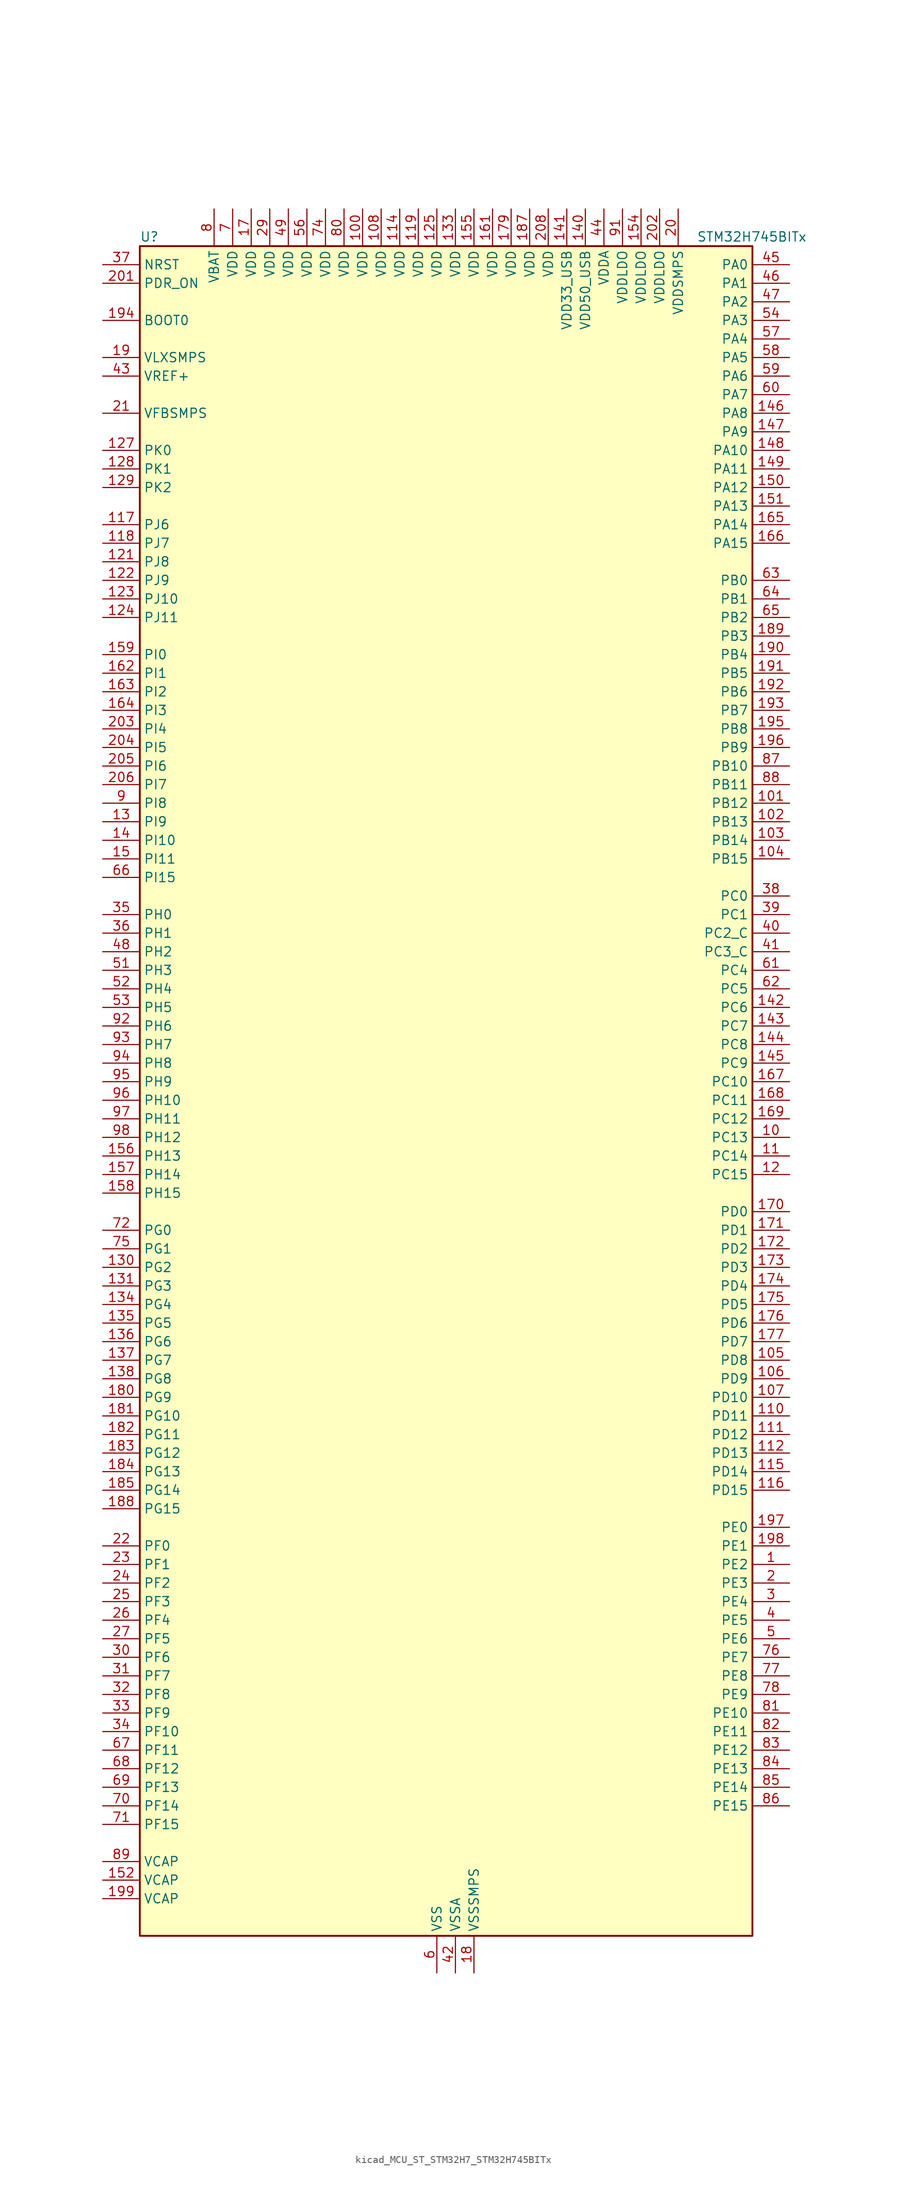
<source format=kicad_sym>
(kicad_symbol_lib
  (version 20220914)
  (generator kicad_symbol_editor)
  (symbol "kicad_MCU_ST_STM32H7_STM32H745BITx"
    (property "Reference" "U"
      (at -40.64 118.11 0)
      (effects (font (size 1.27 1.27)) (justify left)))
    (property "Value" "STM32H745BITx"
      (at 35.56 118.11 0)
      (effects (font (size 1.27 1.27)) (justify left)))
    (property "ki_locked" ""
      (at 0 0 0)
      (effects (font (size 1.27 1.27))))
    (symbol "kicad_MCU_ST_STM32H7_STM32H745BITx_0_1"
      (rectangle (start -40.64 -114.3) (end 43.18 116.84) (stroke (width 0.254) (type default)) (fill (type background))))
    (symbol "kicad_MCU_ST_STM32H7_STM32H745BITx_1_1"
      (pin bidirectional line (at 48.26 -63.5 180) (length 5.08) (name "PE2" (effects (font (size 1.27 1.27)))) (number "1" (effects (font (size 1.27 1.27)))) (alternate "DEBUG_TRACECLK" bidirectional line) (alternate "ETH_TXD3" bidirectional line) (alternate "FMC_A23" bidirectional line) (alternate "QUADSPI_BK1_IO2" bidirectional line) (alternate "SAI1_CK1" bidirectional line) (alternate "SAI1_MCLK_A" bidirectional line) (alternate "SAI4_CK1" bidirectional line) (alternate "SAI4_MCLK_A" bidirectional line) (alternate "SPI4_SCK" bidirectional line))
      (pin bidirectional line (at 48.26 -5.08 180) (length 5.08) (name "PC13" (effects (font (size 1.27 1.27)))) (number "10" (effects (font (size 1.27 1.27)))) (alternate "PWR_WKUP2" bidirectional line) (alternate "RTC_OUT_ALARM" bidirectional line) (alternate "RTC_OUT_CALIB" bidirectional line) (alternate "RTC_TAMP1" bidirectional line) (alternate "RTC_TS" bidirectional line))
      (pin power_in line (at -10.16 121.92 270) (length 5.08) (name "VDD" (effects (font (size 1.27 1.27)))) (number "100" (effects (font (size 1.27 1.27)))))
      (pin bidirectional line (at 48.26 40.64 180) (length 5.08) (name "PB12" (effects (font (size 1.27 1.27)))) (number "101" (effects (font (size 1.27 1.27)))) (alternate "DFSDM1_DATIN1" bidirectional line) (alternate "ETH_TXD0" bidirectional line) (alternate "FDCAN2_RX" bidirectional line) (alternate "I2C2_SMBA" bidirectional line) (alternate "I2S2_WS" bidirectional line) (alternate "SPI2_NSS" bidirectional line) (alternate "TIM1_BKIN" bidirectional line) (alternate "TIM1_BKIN_COMP1" bidirectional line) (alternate "TIM1_BKIN_COMP2" bidirectional line) (alternate "UART5_RX" bidirectional line) (alternate "USART3_CK" bidirectional line) (alternate "USB_OTG_HS_ID" bidirectional line) (alternate "USB_OTG_HS_ULPI_D5" bidirectional line))
      (pin bidirectional line (at 48.26 38.1 180) (length 5.08) (name "PB13" (effects (font (size 1.27 1.27)))) (number "102" (effects (font (size 1.27 1.27)))) (alternate "DFSDM1_CKIN1" bidirectional line) (alternate "ETH_TXD1" bidirectional line) (alternate "FDCAN2_TX" bidirectional line) (alternate "I2S2_CK" bidirectional line) (alternate "LPTIM2_OUT" bidirectional line) (alternate "SPI2_SCK" bidirectional line) (alternate "TIM1_CH1N" bidirectional line) (alternate "UART5_TX" bidirectional line) (alternate "USART3_CTS" bidirectional line) (alternate "USART3_NSS" bidirectional line) (alternate "USB_OTG_HS_ULPI_D6" bidirectional line) (alternate "USB_OTG_HS_VBUS" bidirectional line))
      (pin bidirectional line (at 48.26 35.56 180) (length 5.08) (name "PB14" (effects (font (size 1.27 1.27)))) (number "103" (effects (font (size 1.27 1.27)))) (alternate "DFSDM1_DATIN2" bidirectional line) (alternate "I2S2_SDI" bidirectional line) (alternate "SDMMC2_D0" bidirectional line) (alternate "SPI2_MISO" bidirectional line) (alternate "TIM12_CH1" bidirectional line) (alternate "TIM1_CH2N" bidirectional line) (alternate "TIM8_CH2N" bidirectional line) (alternate "UART4_DE" bidirectional line) (alternate "UART4_RTS" bidirectional line) (alternate "USART1_TX" bidirectional line) (alternate "USART3_DE" bidirectional line) (alternate "USART3_RTS" bidirectional line) (alternate "USB_OTG_HS_DM" bidirectional line))
      (pin bidirectional line (at 48.26 33.02 180) (length 5.08) (name "PB15" (effects (font (size 1.27 1.27)))) (number "104" (effects (font (size 1.27 1.27)))) (alternate "ADC1_EXTI15" bidirectional line) (alternate "ADC2_EXTI15" bidirectional line) (alternate "ADC3_EXTI15" bidirectional line) (alternate "DFSDM1_CKIN2" bidirectional line) (alternate "I2S2_SDO" bidirectional line) (alternate "RTC_REFIN" bidirectional line) (alternate "SDMMC2_D1" bidirectional line) (alternate "SPI2_MOSI" bidirectional line) (alternate "TIM12_CH2" bidirectional line) (alternate "TIM1_CH3N" bidirectional line) (alternate "TIM8_CH3N" bidirectional line) (alternate "UART4_CTS" bidirectional line) (alternate "USART1_RX" bidirectional line) (alternate "USB_OTG_HS_DP" bidirectional line))
      (pin bidirectional line (at 48.26 -35.56 180) (length 5.08) (name "PD8" (effects (font (size 1.27 1.27)))) (number "105" (effects (font (size 1.27 1.27)))) (alternate "DFSDM1_CKIN3" bidirectional line) (alternate "FMC_D13" bidirectional line) (alternate "FMC_DA13" bidirectional line) (alternate "SAI3_SCK_B" bidirectional line) (alternate "SPDIFRX1_IN1" bidirectional line) (alternate "USART3_TX" bidirectional line))
      (pin bidirectional line (at 48.26 -38.1 180) (length 5.08) (name "PD9" (effects (font (size 1.27 1.27)))) (number "106" (effects (font (size 1.27 1.27)))) (alternate "DAC1_EXTI9" bidirectional line) (alternate "DFSDM1_DATIN3" bidirectional line) (alternate "FMC_D14" bidirectional line) (alternate "FMC_DA14" bidirectional line) (alternate "SAI3_SD_B" bidirectional line) (alternate "USART3_RX" bidirectional line))
      (pin bidirectional line (at 48.26 -40.64 180) (length 5.08) (name "PD10" (effects (font (size 1.27 1.27)))) (number "107" (effects (font (size 1.27 1.27)))) (alternate "DFSDM1_CKOUT" bidirectional line) (alternate "FMC_D15" bidirectional line) (alternate "FMC_DA15" bidirectional line) (alternate "LTDC_B3" bidirectional line) (alternate "SAI3_FS_B" bidirectional line) (alternate "USART3_CK" bidirectional line))
      (pin power_in line (at -7.62 121.92 270) (length 5.08) (name "VDD" (effects (font (size 1.27 1.27)))) (number "108" (effects (font (size 1.27 1.27)))))
      (pin passive line (at 0 -119.38 90) (length 5.08) hide (name "VSS" (effects (font (size 1.27 1.27)))) (number "109" (effects (font (size 1.27 1.27)))))
      (pin bidirectional line (at 48.26 -7.62 180) (length 5.08) (name "PC14" (effects (font (size 1.27 1.27)))) (number "11" (effects (font (size 1.27 1.27)))) (alternate "RCC_OSC32_IN" bidirectional line))
      (pin bidirectional line (at 48.26 -43.18 180) (length 5.08) (name "PD11" (effects (font (size 1.27 1.27)))) (number "110" (effects (font (size 1.27 1.27)))) (alternate "ADC1_EXTI11" bidirectional line) (alternate "ADC2_EXTI11" bidirectional line) (alternate "ADC3_EXTI11" bidirectional line) (alternate "FMC_A16" bidirectional line) (alternate "FMC_CLE" bidirectional line) (alternate "I2C4_SMBA" bidirectional line) (alternate "LPTIM2_IN2" bidirectional line) (alternate "QUADSPI_BK1_IO0" bidirectional line) (alternate "SAI2_SD_A" bidirectional line) (alternate "USART3_CTS" bidirectional line) (alternate "USART3_NSS" bidirectional line))
      (pin bidirectional line (at 48.26 -45.72 180) (length 5.08) (name "PD12" (effects (font (size 1.27 1.27)))) (number "111" (effects (font (size 1.27 1.27)))) (alternate "FMC_A17" bidirectional line) (alternate "FMC_ALE" bidirectional line) (alternate "I2C4_SCL" bidirectional line) (alternate "LPTIM1_IN1" bidirectional line) (alternate "LPTIM2_IN1" bidirectional line) (alternate "QUADSPI_BK1_IO1" bidirectional line) (alternate "SAI2_FS_A" bidirectional line) (alternate "TIM4_CH1" bidirectional line) (alternate "USART3_DE" bidirectional line) (alternate "USART3_RTS" bidirectional line))
      (pin bidirectional line (at 48.26 -48.26 180) (length 5.08) (name "PD13" (effects (font (size 1.27 1.27)))) (number "112" (effects (font (size 1.27 1.27)))) (alternate "FMC_A18" bidirectional line) (alternate "I2C4_SDA" bidirectional line) (alternate "LPTIM1_OUT" bidirectional line) (alternate "QUADSPI_BK1_IO3" bidirectional line) (alternate "SAI2_SCK_A" bidirectional line) (alternate "TIM4_CH2" bidirectional line))
      (pin passive line (at 0 -119.38 90) (length 5.08) hide (name "VSS" (effects (font (size 1.27 1.27)))) (number "113" (effects (font (size 1.27 1.27)))))
      (pin power_in line (at -5.08 121.92 270) (length 5.08) (name "VDD" (effects (font (size 1.27 1.27)))) (number "114" (effects (font (size 1.27 1.27)))))
      (pin bidirectional line (at 48.26 -50.8 180) (length 5.08) (name "PD14" (effects (font (size 1.27 1.27)))) (number "115" (effects (font (size 1.27 1.27)))) (alternate "FMC_D0" bidirectional line) (alternate "FMC_DA0" bidirectional line) (alternate "SAI3_MCLK_B" bidirectional line) (alternate "TIM4_CH3" bidirectional line) (alternate "UART8_CTS" bidirectional line))
      (pin bidirectional line (at 48.26 -53.34 180) (length 5.08) (name "PD15" (effects (font (size 1.27 1.27)))) (number "116" (effects (font (size 1.27 1.27)))) (alternate "ADC1_EXTI15" bidirectional line) (alternate "ADC2_EXTI15" bidirectional line) (alternate "ADC3_EXTI15" bidirectional line) (alternate "FMC_D1" bidirectional line) (alternate "FMC_DA1" bidirectional line) (alternate "SAI3_MCLK_A" bidirectional line) (alternate "TIM4_CH4" bidirectional line) (alternate "UART8_DE" bidirectional line) (alternate "UART8_RTS" bidirectional line))
      (pin bidirectional line (at -45.72 78.74 0) (length 5.08) (name "PJ6" (effects (font (size 1.27 1.27)))) (number "117" (effects (font (size 1.27 1.27)))) (alternate "LTDC_R7" bidirectional line) (alternate "TIM8_CH2" bidirectional line))
      (pin bidirectional line (at -45.72 76.2 0) (length 5.08) (name "PJ7" (effects (font (size 1.27 1.27)))) (number "118" (effects (font (size 1.27 1.27)))) (alternate "DEBUG_TRGIN" bidirectional line) (alternate "LTDC_G0" bidirectional line) (alternate "TIM8_CH2N" bidirectional line))
      (pin power_in line (at -2.54 121.92 270) (length 5.08) (name "VDD" (effects (font (size 1.27 1.27)))) (number "119" (effects (font (size 1.27 1.27)))))
      (pin bidirectional line (at 48.26 -10.16 180) (length 5.08) (name "PC15" (effects (font (size 1.27 1.27)))) (number "12" (effects (font (size 1.27 1.27)))) (alternate "ADC1_EXTI15" bidirectional line) (alternate "ADC2_EXTI15" bidirectional line) (alternate "ADC3_EXTI15" bidirectional line) (alternate "RCC_OSC32_OUT" bidirectional line))
      (pin passive line (at 0 -119.38 90) (length 5.08) hide (name "VSS" (effects (font (size 1.27 1.27)))) (number "120" (effects (font (size 1.27 1.27)))))
      (pin bidirectional line (at -45.72 73.66 0) (length 5.08) (name "PJ8" (effects (font (size 1.27 1.27)))) (number "121" (effects (font (size 1.27 1.27)))) (alternate "LTDC_G1" bidirectional line) (alternate "TIM1_CH3N" bidirectional line) (alternate "TIM8_CH1" bidirectional line) (alternate "UART8_TX" bidirectional line))
      (pin bidirectional line (at -45.72 71.12 0) (length 5.08) (name "PJ9" (effects (font (size 1.27 1.27)))) (number "122" (effects (font (size 1.27 1.27)))) (alternate "DAC1_EXTI9" bidirectional line) (alternate "LTDC_G2" bidirectional line) (alternate "TIM1_CH3" bidirectional line) (alternate "TIM8_CH1N" bidirectional line) (alternate "UART8_RX" bidirectional line))
      (pin bidirectional line (at -45.72 68.58 0) (length 5.08) (name "PJ10" (effects (font (size 1.27 1.27)))) (number "123" (effects (font (size 1.27 1.27)))) (alternate "LTDC_G3" bidirectional line) (alternate "SPI5_MOSI" bidirectional line) (alternate "TIM1_CH2N" bidirectional line) (alternate "TIM8_CH2" bidirectional line))
      (pin bidirectional line (at -45.72 66.04 0) (length 5.08) (name "PJ11" (effects (font (size 1.27 1.27)))) (number "124" (effects (font (size 1.27 1.27)))) (alternate "ADC1_EXTI11" bidirectional line) (alternate "ADC2_EXTI11" bidirectional line) (alternate "ADC3_EXTI11" bidirectional line) (alternate "LTDC_G4" bidirectional line) (alternate "SPI5_MISO" bidirectional line) (alternate "TIM1_CH2" bidirectional line) (alternate "TIM8_CH2N" bidirectional line))
      (pin power_in line (at 0 121.92 270) (length 5.08) (name "VDD" (effects (font (size 1.27 1.27)))) (number "125" (effects (font (size 1.27 1.27)))))
      (pin passive line (at 0 -119.38 90) (length 5.08) hide (name "VSS" (effects (font (size 1.27 1.27)))) (number "126" (effects (font (size 1.27 1.27)))))
      (pin bidirectional line (at -45.72 88.9 0) (length 5.08) (name "PK0" (effects (font (size 1.27 1.27)))) (number "127" (effects (font (size 1.27 1.27)))) (alternate "LTDC_G5" bidirectional line) (alternate "SPI5_SCK" bidirectional line) (alternate "TIM1_CH1N" bidirectional line) (alternate "TIM8_CH3" bidirectional line))
      (pin bidirectional line (at -45.72 86.36 0) (length 5.08) (name "PK1" (effects (font (size 1.27 1.27)))) (number "128" (effects (font (size 1.27 1.27)))) (alternate "LTDC_G6" bidirectional line) (alternate "SPI5_NSS" bidirectional line) (alternate "TIM1_CH1" bidirectional line) (alternate "TIM8_CH3N" bidirectional line))
      (pin bidirectional line (at -45.72 83.82 0) (length 5.08) (name "PK2" (effects (font (size 1.27 1.27)))) (number "129" (effects (font (size 1.27 1.27)))) (alternate "LTDC_G7" bidirectional line) (alternate "TIM1_BKIN" bidirectional line) (alternate "TIM1_BKIN_COMP1" bidirectional line) (alternate "TIM1_BKIN_COMP2" bidirectional line) (alternate "TIM8_BKIN" bidirectional line) (alternate "TIM8_BKIN_COMP1" bidirectional line) (alternate "TIM8_BKIN_COMP2" bidirectional line))
      (pin bidirectional line (at -45.72 38.1 0) (length 5.08) (name "PI9" (effects (font (size 1.27 1.27)))) (number "13" (effects (font (size 1.27 1.27)))) (alternate "DAC1_EXTI9" bidirectional line) (alternate "FDCAN1_RX" bidirectional line) (alternate "FMC_D30" bidirectional line) (alternate "LTDC_VSYNC" bidirectional line) (alternate "UART4_RX" bidirectional line))
      (pin bidirectional line (at -45.72 -22.86 0) (length 5.08) (name "PG2" (effects (font (size 1.27 1.27)))) (number "130" (effects (font (size 1.27 1.27)))) (alternate "FMC_A12" bidirectional line) (alternate "TIM8_BKIN" bidirectional line) (alternate "TIM8_BKIN_COMP1" bidirectional line) (alternate "TIM8_BKIN_COMP2" bidirectional line))
      (pin bidirectional line (at -45.72 -25.4 0) (length 5.08) (name "PG3" (effects (font (size 1.27 1.27)))) (number "131" (effects (font (size 1.27 1.27)))) (alternate "FMC_A13" bidirectional line) (alternate "TIM8_BKIN2" bidirectional line) (alternate "TIM8_BKIN2_COMP1" bidirectional line) (alternate "TIM8_BKIN2_COMP2" bidirectional line))
      (pin passive line (at 0 -119.38 90) (length 5.08) hide (name "VSS" (effects (font (size 1.27 1.27)))) (number "132" (effects (font (size 1.27 1.27)))))
      (pin power_in line (at 2.54 121.92 270) (length 5.08) (name "VDD" (effects (font (size 1.27 1.27)))) (number "133" (effects (font (size 1.27 1.27)))))
      (pin bidirectional line (at -45.72 -27.94 0) (length 5.08) (name "PG4" (effects (font (size 1.27 1.27)))) (number "134" (effects (font (size 1.27 1.27)))) (alternate "FMC_A14" bidirectional line) (alternate "FMC_BA0" bidirectional line) (alternate "TIM1_BKIN2" bidirectional line) (alternate "TIM1_BKIN2_COMP1" bidirectional line) (alternate "TIM1_BKIN2_COMP2" bidirectional line))
      (pin bidirectional line (at -45.72 -30.48 0) (length 5.08) (name "PG5" (effects (font (size 1.27 1.27)))) (number "135" (effects (font (size 1.27 1.27)))) (alternate "FMC_A15" bidirectional line) (alternate "FMC_BA1" bidirectional line) (alternate "TIM1_ETR" bidirectional line))
      (pin bidirectional line (at -45.72 -33.02 0) (length 5.08) (name "PG6" (effects (font (size 1.27 1.27)))) (number "136" (effects (font (size 1.27 1.27)))) (alternate "DCMI_D12" bidirectional line) (alternate "FMC_NE3" bidirectional line) (alternate "HRTIM_CHE1" bidirectional line) (alternate "LTDC_R7" bidirectional line) (alternate "QUADSPI_BK1_NCS" bidirectional line) (alternate "TIM17_BKIN" bidirectional line))
      (pin bidirectional line (at -45.72 -35.56 0) (length 5.08) (name "PG7" (effects (font (size 1.27 1.27)))) (number "137" (effects (font (size 1.27 1.27)))) (alternate "DCMI_D13" bidirectional line) (alternate "FMC_INT" bidirectional line) (alternate "HRTIM_CHE2" bidirectional line) (alternate "LTDC_CLK" bidirectional line) (alternate "SAI1_MCLK_A" bidirectional line) (alternate "USART6_CK" bidirectional line))
      (pin bidirectional line (at -45.72 -38.1 0) (length 5.08) (name "PG8" (effects (font (size 1.27 1.27)))) (number "138" (effects (font (size 1.27 1.27)))) (alternate "ETH_PPS_OUT" bidirectional line) (alternate "FMC_SDCLK" bidirectional line) (alternate "LTDC_G7" bidirectional line) (alternate "SPDIFRX1_IN2" bidirectional line) (alternate "SPI6_NSS" bidirectional line) (alternate "TIM8_ETR" bidirectional line) (alternate "USART6_DE" bidirectional line) (alternate "USART6_RTS" bidirectional line))
      (pin passive line (at 0 -119.38 90) (length 5.08) hide (name "VSS" (effects (font (size 1.27 1.27)))) (number "139" (effects (font (size 1.27 1.27)))))
      (pin bidirectional line (at -45.72 35.56 0) (length 5.08) (name "PI10" (effects (font (size 1.27 1.27)))) (number "14" (effects (font (size 1.27 1.27)))) (alternate "ETH_RX_ER" bidirectional line) (alternate "FMC_D31" bidirectional line) (alternate "LTDC_HSYNC" bidirectional line))
      (pin power_in line (at 20.32 121.92 270) (length 5.08) (name "VDD50_USB" (effects (font (size 1.27 1.27)))) (number "140" (effects (font (size 1.27 1.27)))))
      (pin power_in line (at 17.78 121.92 270) (length 5.08) (name "VDD33_USB" (effects (font (size 1.27 1.27)))) (number "141" (effects (font (size 1.27 1.27)))))
      (pin bidirectional line (at 48.26 12.7 180) (length 5.08) (name "PC6" (effects (font (size 1.27 1.27)))) (number "142" (effects (font (size 1.27 1.27)))) (alternate "DCMI_D0" bidirectional line) (alternate "DFSDM1_CKIN3" bidirectional line) (alternate "FMC_NWAIT" bidirectional line) (alternate "HRTIM_CHA1" bidirectional line) (alternate "I2S2_MCK" bidirectional line) (alternate "LTDC_HSYNC" bidirectional line) (alternate "SDMMC1_D0DIR" bidirectional line) (alternate "SDMMC1_D6" bidirectional line) (alternate "SDMMC2_D6" bidirectional line) (alternate "SWPMI1_IO" bidirectional line) (alternate "TIM3_CH1" bidirectional line) (alternate "TIM8_CH1" bidirectional line) (alternate "USART6_TX" bidirectional line))
      (pin bidirectional line (at 48.26 10.16 180) (length 5.08) (name "PC7" (effects (font (size 1.27 1.27)))) (number "143" (effects (font (size 1.27 1.27)))) (alternate "DCMI_D1" bidirectional line) (alternate "DEBUG_TRGIO" bidirectional line) (alternate "DFSDM1_DATIN3" bidirectional line) (alternate "FMC_NE1" bidirectional line) (alternate "HRTIM_CHA2" bidirectional line) (alternate "I2S3_MCK" bidirectional line) (alternate "LTDC_G6" bidirectional line) (alternate "SDMMC1_D123DIR" bidirectional line) (alternate "SDMMC1_D7" bidirectional line) (alternate "SDMMC2_D7" bidirectional line) (alternate "SWPMI1_TX" bidirectional line) (alternate "TIM3_CH2" bidirectional line) (alternate "TIM8_CH2" bidirectional line) (alternate "USART6_RX" bidirectional line))
      (pin bidirectional line (at 48.26 7.62 180) (length 5.08) (name "PC8" (effects (font (size 1.27 1.27)))) (number "144" (effects (font (size 1.27 1.27)))) (alternate "DCMI_D2" bidirectional line) (alternate "DEBUG_TRACED1" bidirectional line) (alternate "FMC_NCE" bidirectional line) (alternate "FMC_NE2" bidirectional line) (alternate "HRTIM_CHB1" bidirectional line) (alternate "SDMMC1_D0" bidirectional line) (alternate "SWPMI1_RX" bidirectional line) (alternate "TIM3_CH3" bidirectional line) (alternate "TIM8_CH3" bidirectional line) (alternate "UART5_DE" bidirectional line) (alternate "UART5_RTS" bidirectional line) (alternate "USART6_CK" bidirectional line))
      (pin bidirectional line (at 48.26 5.08 180) (length 5.08) (name "PC9" (effects (font (size 1.27 1.27)))) (number "145" (effects (font (size 1.27 1.27)))) (alternate "DAC1_EXTI9" bidirectional line) (alternate "DCMI_D3" bidirectional line) (alternate "I2C3_SDA" bidirectional line) (alternate "I2S_CKIN" bidirectional line) (alternate "LTDC_B2" bidirectional line) (alternate "LTDC_G3" bidirectional line) (alternate "QUADSPI_BK1_IO0" bidirectional line) (alternate "RCC_MCO_2" bidirectional line) (alternate "SDMMC1_D1" bidirectional line) (alternate "SWPMI1_SUSPEND" bidirectional line) (alternate "TIM3_CH4" bidirectional line) (alternate "TIM8_CH4" bidirectional line) (alternate "UART5_CTS" bidirectional line))
      (pin bidirectional line (at 48.26 93.98 180) (length 5.08) (name "PA8" (effects (font (size 1.27 1.27)))) (number "146" (effects (font (size 1.27 1.27)))) (alternate "HRTIM_CHB2" bidirectional line) (alternate "I2C3_SCL" bidirectional line) (alternate "LTDC_B3" bidirectional line) (alternate "LTDC_R6" bidirectional line) (alternate "RCC_MCO_1" bidirectional line) (alternate "TIM1_CH1" bidirectional line) (alternate "TIM8_BKIN2" bidirectional line) (alternate "TIM8_BKIN2_COMP1" bidirectional line) (alternate "TIM8_BKIN2_COMP2" bidirectional line) (alternate "UART7_RX" bidirectional line) (alternate "USART1_CK" bidirectional line) (alternate "USB_OTG_FS_SOF" bidirectional line))
      (pin bidirectional line (at 48.26 91.44 180) (length 5.08) (name "PA9" (effects (font (size 1.27 1.27)))) (number "147" (effects (font (size 1.27 1.27)))) (alternate "DAC1_EXTI9" bidirectional line) (alternate "DCMI_D0" bidirectional line) (alternate "HRTIM_CHC1" bidirectional line) (alternate "I2C3_SMBA" bidirectional line) (alternate "I2S2_CK" bidirectional line) (alternate "LPUART1_TX" bidirectional line) (alternate "LTDC_R5" bidirectional line) (alternate "SPI2_SCK" bidirectional line) (alternate "TIM1_CH2" bidirectional line) (alternate "USART1_TX" bidirectional line) (alternate "USB_OTG_FS_VBUS" bidirectional line))
      (pin bidirectional line (at 48.26 88.9 180) (length 5.08) (name "PA10" (effects (font (size 1.27 1.27)))) (number "148" (effects (font (size 1.27 1.27)))) (alternate "DCMI_D1" bidirectional line) (alternate "HRTIM_CHC2" bidirectional line) (alternate "LPUART1_RX" bidirectional line) (alternate "LTDC_B1" bidirectional line) (alternate "LTDC_B4" bidirectional line) (alternate "MDIOS_MDIO" bidirectional line) (alternate "TIM1_CH3" bidirectional line) (alternate "USART1_RX" bidirectional line) (alternate "USB_OTG_FS_ID" bidirectional line))
      (pin bidirectional line (at 48.26 86.36 180) (length 5.08) (name "PA11" (effects (font (size 1.27 1.27)))) (number "149" (effects (font (size 1.27 1.27)))) (alternate "ADC1_EXTI11" bidirectional line) (alternate "ADC2_EXTI11" bidirectional line) (alternate "ADC3_EXTI11" bidirectional line) (alternate "FDCAN1_RX" bidirectional line) (alternate "HRTIM_CHD1" bidirectional line) (alternate "I2S2_WS" bidirectional line) (alternate "LPUART1_CTS" bidirectional line) (alternate "LTDC_R4" bidirectional line) (alternate "SPI2_NSS" bidirectional line) (alternate "TIM1_CH4" bidirectional line) (alternate "UART4_RX" bidirectional line) (alternate "USART1_CTS" bidirectional line) (alternate "USART1_NSS" bidirectional line) (alternate "USB_OTG_FS_DM" bidirectional line))
      (pin bidirectional line (at -45.72 33.02 0) (length 5.08) (name "PI11" (effects (font (size 1.27 1.27)))) (number "15" (effects (font (size 1.27 1.27)))) (alternate "ADC1_EXTI11" bidirectional line) (alternate "ADC2_EXTI11" bidirectional line) (alternate "ADC3_EXTI11" bidirectional line) (alternate "LTDC_G6" bidirectional line) (alternate "PWR_WKUP4" bidirectional line) (alternate "USB_OTG_HS_ULPI_DIR" bidirectional line))
      (pin bidirectional line (at 48.26 83.82 180) (length 5.08) (name "PA12" (effects (font (size 1.27 1.27)))) (number "150" (effects (font (size 1.27 1.27)))) (alternate "FDCAN1_TX" bidirectional line) (alternate "HRTIM_CHD2" bidirectional line) (alternate "I2S2_CK" bidirectional line) (alternate "LPUART1_DE" bidirectional line) (alternate "LPUART1_RTS" bidirectional line) (alternate "LTDC_R5" bidirectional line) (alternate "SAI2_FS_B" bidirectional line) (alternate "SPI2_SCK" bidirectional line) (alternate "TIM1_ETR" bidirectional line) (alternate "UART4_TX" bidirectional line) (alternate "USART1_DE" bidirectional line) (alternate "USART1_RTS" bidirectional line) (alternate "USB_OTG_FS_DP" bidirectional line))
      (pin bidirectional line (at 48.26 81.28 180) (length 5.08) (name "PA13" (effects (font (size 1.27 1.27)))) (number "151" (effects (font (size 1.27 1.27)))) (alternate "DEBUG_JTMS-SWDIO" bidirectional line))
      (pin power_out line (at -45.72 -106.68 0) (length 5.08) (name "VCAP" (effects (font (size 1.27 1.27)))) (number "152" (effects (font (size 1.27 1.27)))))
      (pin passive line (at 0 -119.38 90) (length 5.08) hide (name "VSS" (effects (font (size 1.27 1.27)))) (number "153" (effects (font (size 1.27 1.27)))))
      (pin power_in line (at 27.94 121.92 270) (length 5.08) (name "VDDLDO" (effects (font (size 1.27 1.27)))) (number "154" (effects (font (size 1.27 1.27)))))
      (pin power_in line (at 5.08 121.92 270) (length 5.08) (name "VDD" (effects (font (size 1.27 1.27)))) (number "155" (effects (font (size 1.27 1.27)))))
      (pin bidirectional line (at -45.72 -7.62 0) (length 5.08) (name "PH13" (effects (font (size 1.27 1.27)))) (number "156" (effects (font (size 1.27 1.27)))) (alternate "FDCAN1_TX" bidirectional line) (alternate "FMC_D21" bidirectional line) (alternate "LTDC_G2" bidirectional line) (alternate "TIM8_CH1N" bidirectional line) (alternate "UART4_TX" bidirectional line))
      (pin bidirectional line (at -45.72 -10.16 0) (length 5.08) (name "PH14" (effects (font (size 1.27 1.27)))) (number "157" (effects (font (size 1.27 1.27)))) (alternate "DCMI_D4" bidirectional line) (alternate "FDCAN1_RX" bidirectional line) (alternate "FMC_D22" bidirectional line) (alternate "LTDC_G3" bidirectional line) (alternate "TIM8_CH2N" bidirectional line) (alternate "UART4_RX" bidirectional line))
      (pin bidirectional line (at -45.72 -12.7 0) (length 5.08) (name "PH15" (effects (font (size 1.27 1.27)))) (number "158" (effects (font (size 1.27 1.27)))) (alternate "ADC1_EXTI15" bidirectional line) (alternate "ADC2_EXTI15" bidirectional line) (alternate "ADC3_EXTI15" bidirectional line) (alternate "DCMI_D11" bidirectional line) (alternate "FMC_D23" bidirectional line) (alternate "LTDC_G4" bidirectional line) (alternate "TIM8_CH3N" bidirectional line))
      (pin bidirectional line (at -45.72 60.96 0) (length 5.08) (name "PI0" (effects (font (size 1.27 1.27)))) (number "159" (effects (font (size 1.27 1.27)))) (alternate "DCMI_D13" bidirectional line) (alternate "FMC_D24" bidirectional line) (alternate "I2S2_WS" bidirectional line) (alternate "LTDC_G5" bidirectional line) (alternate "SPI2_NSS" bidirectional line) (alternate "TIM5_CH4" bidirectional line))
      (pin passive line (at 0 -119.38 90) (length 5.08) hide (name "VSS" (effects (font (size 1.27 1.27)))) (number "16" (effects (font (size 1.27 1.27)))))
      (pin passive line (at 0 -119.38 90) (length 5.08) hide (name "VSS" (effects (font (size 1.27 1.27)))) (number "160" (effects (font (size 1.27 1.27)))))
      (pin power_in line (at 7.62 121.92 270) (length 5.08) (name "VDD" (effects (font (size 1.27 1.27)))) (number "161" (effects (font (size 1.27 1.27)))))
      (pin bidirectional line (at -45.72 58.42 0) (length 5.08) (name "PI1" (effects (font (size 1.27 1.27)))) (number "162" (effects (font (size 1.27 1.27)))) (alternate "DCMI_D8" bidirectional line) (alternate "FMC_D25" bidirectional line) (alternate "I2S2_CK" bidirectional line) (alternate "LTDC_G6" bidirectional line) (alternate "SPI2_SCK" bidirectional line) (alternate "TIM8_BKIN2" bidirectional line) (alternate "TIM8_BKIN2_COMP1" bidirectional line) (alternate "TIM8_BKIN2_COMP2" bidirectional line))
      (pin bidirectional line (at -45.72 55.88 0) (length 5.08) (name "PI2" (effects (font (size 1.27 1.27)))) (number "163" (effects (font (size 1.27 1.27)))) (alternate "DCMI_D9" bidirectional line) (alternate "FMC_D26" bidirectional line) (alternate "I2S2_SDI" bidirectional line) (alternate "LTDC_G7" bidirectional line) (alternate "SPI2_MISO" bidirectional line) (alternate "TIM8_CH4" bidirectional line))
      (pin bidirectional line (at -45.72 53.34 0) (length 5.08) (name "PI3" (effects (font (size 1.27 1.27)))) (number "164" (effects (font (size 1.27 1.27)))) (alternate "DCMI_D10" bidirectional line) (alternate "FMC_D27" bidirectional line) (alternate "I2S2_SDO" bidirectional line) (alternate "SPI2_MOSI" bidirectional line) (alternate "TIM8_ETR" bidirectional line))
      (pin bidirectional line (at 48.26 78.74 180) (length 5.08) (name "PA14" (effects (font (size 1.27 1.27)))) (number "165" (effects (font (size 1.27 1.27)))) (alternate "DEBUG_JTCK-SWCLK" bidirectional line))
      (pin bidirectional line (at 48.26 76.2 180) (length 5.08) (name "PA15" (effects (font (size 1.27 1.27)))) (number "166" (effects (font (size 1.27 1.27)))) (alternate "ADC1_EXTI15" bidirectional line) (alternate "ADC2_EXTI15" bidirectional line) (alternate "ADC3_EXTI15" bidirectional line) (alternate "CEC" bidirectional line) (alternate "DEBUG_JTDI" bidirectional line) (alternate "HRTIM_FLT1" bidirectional line) (alternate "I2S1_WS" bidirectional line) (alternate "I2S3_WS" bidirectional line) (alternate "SPI1_NSS" bidirectional line) (alternate "SPI3_NSS" bidirectional line) (alternate "SPI6_NSS" bidirectional line) (alternate "TIM2_CH1" bidirectional line) (alternate "TIM2_ETR" bidirectional line) (alternate "UART4_DE" bidirectional line) (alternate "UART4_RTS" bidirectional line) (alternate "UART7_TX" bidirectional line))
      (pin bidirectional line (at 48.26 2.54 180) (length 5.08) (name "PC10" (effects (font (size 1.27 1.27)))) (number "167" (effects (font (size 1.27 1.27)))) (alternate "DCMI_D8" bidirectional line) (alternate "DFSDM1_CKIN5" bidirectional line) (alternate "HRTIM_EEV1" bidirectional line) (alternate "I2S3_CK" bidirectional line) (alternate "LTDC_R2" bidirectional line) (alternate "QUADSPI_BK1_IO1" bidirectional line) (alternate "SDMMC1_D2" bidirectional line) (alternate "SPI3_SCK" bidirectional line) (alternate "UART4_TX" bidirectional line) (alternate "USART3_TX" bidirectional line))
      (pin bidirectional line (at 48.26 0 180) (length 5.08) (name "PC11" (effects (font (size 1.27 1.27)))) (number "168" (effects (font (size 1.27 1.27)))) (alternate "ADC1_EXTI11" bidirectional line) (alternate "ADC2_EXTI11" bidirectional line) (alternate "ADC3_EXTI11" bidirectional line) (alternate "DCMI_D4" bidirectional line) (alternate "DFSDM1_DATIN5" bidirectional line) (alternate "HRTIM_FLT2" bidirectional line) (alternate "I2S3_SDI" bidirectional line) (alternate "QUADSPI_BK2_NCS" bidirectional line) (alternate "SDMMC1_D3" bidirectional line) (alternate "SPI3_MISO" bidirectional line) (alternate "UART4_RX" bidirectional line) (alternate "USART3_RX" bidirectional line))
      (pin bidirectional line (at 48.26 -2.54 180) (length 5.08) (name "PC12" (effects (font (size 1.27 1.27)))) (number "169" (effects (font (size 1.27 1.27)))) (alternate "DCMI_D9" bidirectional line) (alternate "DEBUG_TRACED3" bidirectional line) (alternate "HRTIM_EEV2" bidirectional line) (alternate "I2S3_SDO" bidirectional line) (alternate "SDMMC1_CK" bidirectional line) (alternate "SPI3_MOSI" bidirectional line) (alternate "UART5_TX" bidirectional line) (alternate "USART3_CK" bidirectional line))
      (pin power_in line (at -25.4 121.92 270) (length 5.08) (name "VDD" (effects (font (size 1.27 1.27)))) (number "17" (effects (font (size 1.27 1.27)))))
      (pin bidirectional line (at 48.26 -15.24 180) (length 5.08) (name "PD0" (effects (font (size 1.27 1.27)))) (number "170" (effects (font (size 1.27 1.27)))) (alternate "DFSDM1_CKIN6" bidirectional line) (alternate "FDCAN1_RX" bidirectional line) (alternate "FMC_D2" bidirectional line) (alternate "FMC_DA2" bidirectional line) (alternate "SAI3_SCK_A" bidirectional line) (alternate "UART4_RX" bidirectional line))
      (pin bidirectional line (at 48.26 -17.78 180) (length 5.08) (name "PD1" (effects (font (size 1.27 1.27)))) (number "171" (effects (font (size 1.27 1.27)))) (alternate "DFSDM1_DATIN6" bidirectional line) (alternate "FDCAN1_TX" bidirectional line) (alternate "FMC_D3" bidirectional line) (alternate "FMC_DA3" bidirectional line) (alternate "SAI3_SD_A" bidirectional line) (alternate "UART4_TX" bidirectional line))
      (pin bidirectional line (at 48.26 -20.32 180) (length 5.08) (name "PD2" (effects (font (size 1.27 1.27)))) (number "172" (effects (font (size 1.27 1.27)))) (alternate "DCMI_D11" bidirectional line) (alternate "DEBUG_TRACED2" bidirectional line) (alternate "SDMMC1_CMD" bidirectional line) (alternate "TIM3_ETR" bidirectional line) (alternate "UART5_RX" bidirectional line))
      (pin bidirectional line (at 48.26 -22.86 180) (length 5.08) (name "PD3" (effects (font (size 1.27 1.27)))) (number "173" (effects (font (size 1.27 1.27)))) (alternate "DCMI_D5" bidirectional line) (alternate "DFSDM1_CKOUT" bidirectional line) (alternate "FMC_CLK" bidirectional line) (alternate "I2S2_CK" bidirectional line) (alternate "LTDC_G7" bidirectional line) (alternate "SPI2_SCK" bidirectional line) (alternate "USART2_CTS" bidirectional line) (alternate "USART2_NSS" bidirectional line))
      (pin bidirectional line (at 48.26 -25.4 180) (length 5.08) (name "PD4" (effects (font (size 1.27 1.27)))) (number "174" (effects (font (size 1.27 1.27)))) (alternate "FMC_NOE" bidirectional line) (alternate "HRTIM_FLT3" bidirectional line) (alternate "SAI3_FS_A" bidirectional line) (alternate "USART2_DE" bidirectional line) (alternate "USART2_RTS" bidirectional line))
      (pin bidirectional line (at 48.26 -27.94 180) (length 5.08) (name "PD5" (effects (font (size 1.27 1.27)))) (number "175" (effects (font (size 1.27 1.27)))) (alternate "FMC_NWE" bidirectional line) (alternate "HRTIM_EEV3" bidirectional line) (alternate "USART2_TX" bidirectional line))
      (pin bidirectional line (at 48.26 -30.48 180) (length 5.08) (name "PD6" (effects (font (size 1.27 1.27)))) (number "176" (effects (font (size 1.27 1.27)))) (alternate "DCMI_D10" bidirectional line) (alternate "DFSDM1_CKIN4" bidirectional line) (alternate "DFSDM1_DATIN1" bidirectional line) (alternate "FMC_NWAIT" bidirectional line) (alternate "I2S3_SDO" bidirectional line) (alternate "LTDC_B2" bidirectional line) (alternate "SAI1_D1" bidirectional line) (alternate "SAI1_SD_A" bidirectional line) (alternate "SAI4_D1" bidirectional line) (alternate "SAI4_SD_A" bidirectional line) (alternate "SDMMC2_CK" bidirectional line) (alternate "SPI3_MOSI" bidirectional line) (alternate "USART2_RX" bidirectional line))
      (pin bidirectional line (at 48.26 -33.02 180) (length 5.08) (name "PD7" (effects (font (size 1.27 1.27)))) (number "177" (effects (font (size 1.27 1.27)))) (alternate "DFSDM1_CKIN1" bidirectional line) (alternate "DFSDM1_DATIN4" bidirectional line) (alternate "FMC_NE1" bidirectional line) (alternate "I2S1_SDO" bidirectional line) (alternate "SDMMC2_CMD" bidirectional line) (alternate "SPDIFRX1_IN0" bidirectional line) (alternate "SPI1_MOSI" bidirectional line) (alternate "USART2_CK" bidirectional line))
      (pin passive line (at 0 -119.38 90) (length 5.08) hide (name "VSS" (effects (font (size 1.27 1.27)))) (number "178" (effects (font (size 1.27 1.27)))))
      (pin power_in line (at 10.16 121.92 270) (length 5.08) (name "VDD" (effects (font (size 1.27 1.27)))) (number "179" (effects (font (size 1.27 1.27)))))
      (pin power_in line (at 5.08 -119.38 90) (length 5.08) (name "VSSSMPS" (effects (font (size 1.27 1.27)))) (number "18" (effects (font (size 1.27 1.27)))))
      (pin bidirectional line (at -45.72 -40.64 0) (length 5.08) (name "PG9" (effects (font (size 1.27 1.27)))) (number "180" (effects (font (size 1.27 1.27)))) (alternate "DAC1_EXTI9" bidirectional line) (alternate "DCMI_VSYNC" bidirectional line) (alternate "FMC_NCE" bidirectional line) (alternate "FMC_NE2" bidirectional line) (alternate "I2S1_SDI" bidirectional line) (alternate "QUADSPI_BK2_IO2" bidirectional line) (alternate "SAI2_FS_B" bidirectional line) (alternate "SPDIFRX1_IN3" bidirectional line) (alternate "SPI1_MISO" bidirectional line) (alternate "USART6_RX" bidirectional line))
      (pin bidirectional line (at -45.72 -43.18 0) (length 5.08) (name "PG10" (effects (font (size 1.27 1.27)))) (number "181" (effects (font (size 1.27 1.27)))) (alternate "DCMI_D2" bidirectional line) (alternate "FMC_NE3" bidirectional line) (alternate "HRTIM_FLT5" bidirectional line) (alternate "I2S1_WS" bidirectional line) (alternate "LTDC_B2" bidirectional line) (alternate "LTDC_G3" bidirectional line) (alternate "SAI2_SD_B" bidirectional line) (alternate "SPI1_NSS" bidirectional line))
      (pin bidirectional line (at -45.72 -45.72 0) (length 5.08) (name "PG11" (effects (font (size 1.27 1.27)))) (number "182" (effects (font (size 1.27 1.27)))) (alternate "ADC1_EXTI11" bidirectional line) (alternate "ADC2_EXTI11" bidirectional line) (alternate "ADC3_EXTI11" bidirectional line) (alternate "DCMI_D3" bidirectional line) (alternate "ETH_TX_EN" bidirectional line) (alternate "HRTIM_EEV4" bidirectional line) (alternate "I2S1_CK" bidirectional line) (alternate "LPTIM1_IN2" bidirectional line) (alternate "LTDC_B3" bidirectional line) (alternate "SDMMC2_D2" bidirectional line) (alternate "SPDIFRX1_IN0" bidirectional line) (alternate "SPI1_SCK" bidirectional line))
      (pin bidirectional line (at -45.72 -48.26 0) (length 5.08) (name "PG12" (effects (font (size 1.27 1.27)))) (number "183" (effects (font (size 1.27 1.27)))) (alternate "ETH_TXD1" bidirectional line) (alternate "FMC_NE4" bidirectional line) (alternate "HRTIM_EEV5" bidirectional line) (alternate "LPTIM1_IN1" bidirectional line) (alternate "LTDC_B1" bidirectional line) (alternate "LTDC_B4" bidirectional line) (alternate "SPDIFRX1_IN1" bidirectional line) (alternate "SPI6_MISO" bidirectional line) (alternate "USART6_DE" bidirectional line) (alternate "USART6_RTS" bidirectional line))
      (pin bidirectional line (at -45.72 -50.8 0) (length 5.08) (name "PG13" (effects (font (size 1.27 1.27)))) (number "184" (effects (font (size 1.27 1.27)))) (alternate "DEBUG_TRACED0" bidirectional line) (alternate "ETH_TXD0" bidirectional line) (alternate "FMC_A24" bidirectional line) (alternate "HRTIM_EEV10" bidirectional line) (alternate "LPTIM1_OUT" bidirectional line) (alternate "LTDC_R0" bidirectional line) (alternate "SPI6_SCK" bidirectional line) (alternate "USART6_CTS" bidirectional line) (alternate "USART6_NSS" bidirectional line))
      (pin bidirectional line (at -45.72 -53.34 0) (length 5.08) (name "PG14" (effects (font (size 1.27 1.27)))) (number "185" (effects (font (size 1.27 1.27)))) (alternate "DEBUG_TRACED1" bidirectional line) (alternate "ETH_TXD1" bidirectional line) (alternate "FMC_A25" bidirectional line) (alternate "LPTIM1_ETR" bidirectional line) (alternate "LTDC_B0" bidirectional line) (alternate "QUADSPI_BK2_IO3" bidirectional line) (alternate "SPI6_MOSI" bidirectional line) (alternate "USART6_TX" bidirectional line))
      (pin passive line (at 0 -119.38 90) (length 5.08) hide (name "VSS" (effects (font (size 1.27 1.27)))) (number "186" (effects (font (size 1.27 1.27)))))
      (pin power_in line (at 12.7 121.92 270) (length 5.08) (name "VDD" (effects (font (size 1.27 1.27)))) (number "187" (effects (font (size 1.27 1.27)))))
      (pin bidirectional line (at -45.72 -55.88 0) (length 5.08) (name "PG15" (effects (font (size 1.27 1.27)))) (number "188" (effects (font (size 1.27 1.27)))) (alternate "ADC1_EXTI15" bidirectional line) (alternate "ADC2_EXTI15" bidirectional line) (alternate "ADC3_EXTI15" bidirectional line) (alternate "DCMI_D13" bidirectional line) (alternate "FMC_SDNCAS" bidirectional line) (alternate "USART6_CTS" bidirectional line) (alternate "USART6_NSS" bidirectional line))
      (pin bidirectional line (at 48.26 63.5 180) (length 5.08) (name "PB3" (effects (font (size 1.27 1.27)))) (number "189" (effects (font (size 1.27 1.27)))) (alternate "CRS_SYNC" bidirectional line) (alternate "DEBUG_JTDO-SWO" bidirectional line) (alternate "HRTIM_FLT4" bidirectional line) (alternate "I2S1_CK" bidirectional line) (alternate "I2S3_CK" bidirectional line) (alternate "SDMMC2_D2" bidirectional line) (alternate "SPI1_SCK" bidirectional line) (alternate "SPI3_SCK" bidirectional line) (alternate "SPI6_SCK" bidirectional line) (alternate "TIM2_CH2" bidirectional line) (alternate "UART7_RX" bidirectional line))
      (pin power_in line (at -45.72 101.6 0) (length 5.08) (name "VLXSMPS" (effects (font (size 1.27 1.27)))) (number "19" (effects (font (size 1.27 1.27)))))
      (pin bidirectional line (at 48.26 60.96 180) (length 5.08) (name "PB4" (effects (font (size 1.27 1.27)))) (number "190" (effects (font (size 1.27 1.27)))) (alternate "DEBUG_JTRST" bidirectional line) (alternate "HRTIM_EEV6" bidirectional line) (alternate "I2S1_SDI" bidirectional line) (alternate "I2S2_WS" bidirectional line) (alternate "I2S3_SDI" bidirectional line) (alternate "SDMMC2_D3" bidirectional line) (alternate "SPI1_MISO" bidirectional line) (alternate "SPI2_NSS" bidirectional line) (alternate "SPI3_MISO" bidirectional line) (alternate "SPI6_MISO" bidirectional line) (alternate "TIM16_BKIN" bidirectional line) (alternate "TIM3_CH1" bidirectional line) (alternate "UART7_TX" bidirectional line))
      (pin bidirectional line (at 48.26 58.42 180) (length 5.08) (name "PB5" (effects (font (size 1.27 1.27)))) (number "191" (effects (font (size 1.27 1.27)))) (alternate "DCMI_D10" bidirectional line) (alternate "ETH_PPS_OUT" bidirectional line) (alternate "FDCAN2_RX" bidirectional line) (alternate "FMC_SDCKE1" bidirectional line) (alternate "HRTIM_EEV7" bidirectional line) (alternate "I2C1_SMBA" bidirectional line) (alternate "I2C4_SMBA" bidirectional line) (alternate "I2S1_SDO" bidirectional line) (alternate "I2S3_SDO" bidirectional line) (alternate "SPI1_MOSI" bidirectional line) (alternate "SPI3_MOSI" bidirectional line) (alternate "SPI6_MOSI" bidirectional line) (alternate "TIM17_BKIN" bidirectional line) (alternate "TIM3_CH2" bidirectional line) (alternate "UART5_RX" bidirectional line) (alternate "USB_OTG_HS_ULPI_D7" bidirectional line))
      (pin bidirectional line (at 48.26 55.88 180) (length 5.08) (name "PB6" (effects (font (size 1.27 1.27)))) (number "192" (effects (font (size 1.27 1.27)))) (alternate "CEC" bidirectional line) (alternate "DCMI_D5" bidirectional line) (alternate "DFSDM1_DATIN5" bidirectional line) (alternate "FDCAN2_TX" bidirectional line) (alternate "FMC_SDNE1" bidirectional line) (alternate "HRTIM_EEV8" bidirectional line) (alternate "I2C1_SCL" bidirectional line) (alternate "I2C4_SCL" bidirectional line) (alternate "LPUART1_TX" bidirectional line) (alternate "QUADSPI_BK1_NCS" bidirectional line) (alternate "TIM16_CH1N" bidirectional line) (alternate "TIM4_CH1" bidirectional line) (alternate "UART5_TX" bidirectional line) (alternate "USART1_TX" bidirectional line))
      (pin bidirectional line (at 48.26 53.34 180) (length 5.08) (name "PB7" (effects (font (size 1.27 1.27)))) (number "193" (effects (font (size 1.27 1.27)))) (alternate "DCMI_VSYNC" bidirectional line) (alternate "DFSDM1_CKIN5" bidirectional line) (alternate "FMC_NL" bidirectional line) (alternate "HRTIM_EEV9" bidirectional line) (alternate "I2C1_SDA" bidirectional line) (alternate "I2C4_SDA" bidirectional line) (alternate "LPUART1_RX" bidirectional line) (alternate "PWR_PVD_IN" bidirectional line) (alternate "TIM17_CH1N" bidirectional line) (alternate "TIM4_CH2" bidirectional line) (alternate "USART1_RX" bidirectional line))
      (pin input line (at -45.72 106.68 0) (length 5.08) (name "BOOT0" (effects (font (size 1.27 1.27)))) (number "194" (effects (font (size 1.27 1.27)))))
      (pin bidirectional line (at 48.26 50.8 180) (length 5.08) (name "PB8" (effects (font (size 1.27 1.27)))) (number "195" (effects (font (size 1.27 1.27)))) (alternate "DCMI_D6" bidirectional line) (alternate "DFSDM1_CKIN7" bidirectional line) (alternate "ETH_TXD3" bidirectional line) (alternate "FDCAN1_RX" bidirectional line) (alternate "I2C1_SCL" bidirectional line) (alternate "I2C4_SCL" bidirectional line) (alternate "LTDC_B6" bidirectional line) (alternate "SDMMC1_CKIN" bidirectional line) (alternate "SDMMC1_D4" bidirectional line) (alternate "SDMMC2_D4" bidirectional line) (alternate "TIM16_CH1" bidirectional line) (alternate "TIM4_CH3" bidirectional line) (alternate "UART4_RX" bidirectional line))
      (pin bidirectional line (at 48.26 48.26 180) (length 5.08) (name "PB9" (effects (font (size 1.27 1.27)))) (number "196" (effects (font (size 1.27 1.27)))) (alternate "DAC1_EXTI9" bidirectional line) (alternate "DCMI_D7" bidirectional line) (alternate "DFSDM1_DATIN7" bidirectional line) (alternate "FDCAN1_TX" bidirectional line) (alternate "I2C1_SDA" bidirectional line) (alternate "I2C4_SDA" bidirectional line) (alternate "I2C4_SMBA" bidirectional line) (alternate "I2S2_WS" bidirectional line) (alternate "LTDC_B7" bidirectional line) (alternate "SDMMC1_CDIR" bidirectional line) (alternate "SDMMC1_D5" bidirectional line) (alternate "SDMMC2_D5" bidirectional line) (alternate "SPI2_NSS" bidirectional line) (alternate "TIM17_CH1" bidirectional line) (alternate "TIM4_CH4" bidirectional line) (alternate "UART4_TX" bidirectional line))
      (pin bidirectional line (at 48.26 -58.42 180) (length 5.08) (name "PE0" (effects (font (size 1.27 1.27)))) (number "197" (effects (font (size 1.27 1.27)))) (alternate "DCMI_D2" bidirectional line) (alternate "FMC_NBL0" bidirectional line) (alternate "HRTIM_SCIN" bidirectional line) (alternate "LPTIM1_ETR" bidirectional line) (alternate "LPTIM2_ETR" bidirectional line) (alternate "SAI2_MCLK_A" bidirectional line) (alternate "TIM4_ETR" bidirectional line) (alternate "UART8_RX" bidirectional line))
      (pin bidirectional line (at 48.26 -60.96 180) (length 5.08) (name "PE1" (effects (font (size 1.27 1.27)))) (number "198" (effects (font (size 1.27 1.27)))) (alternate "DCMI_D3" bidirectional line) (alternate "FMC_NBL1" bidirectional line) (alternate "HRTIM_SCOUT" bidirectional line) (alternate "LPTIM1_IN2" bidirectional line) (alternate "UART8_TX" bidirectional line))
      (pin power_out line (at -45.72 -109.22 0) (length 5.08) (name "VCAP" (effects (font (size 1.27 1.27)))) (number "199" (effects (font (size 1.27 1.27)))))
      (pin bidirectional line (at 48.26 -66.04 180) (length 5.08) (name "PE3" (effects (font (size 1.27 1.27)))) (number "2" (effects (font (size 1.27 1.27)))) (alternate "DEBUG_TRACED0" bidirectional line) (alternate "FMC_A19" bidirectional line) (alternate "SAI1_SD_B" bidirectional line) (alternate "SAI4_SD_B" bidirectional line) (alternate "TIM15_BKIN" bidirectional line))
      (pin power_in line (at 33.02 121.92 270) (length 5.08) (name "VDDSMPS" (effects (font (size 1.27 1.27)))) (number "20" (effects (font (size 1.27 1.27)))))
      (pin passive line (at 0 -119.38 90) (length 5.08) hide (name "VSS" (effects (font (size 1.27 1.27)))) (number "200" (effects (font (size 1.27 1.27)))))
      (pin input line (at -45.72 111.76 0) (length 5.08) (name "PDR_ON" (effects (font (size 1.27 1.27)))) (number "201" (effects (font (size 1.27 1.27)))))
      (pin power_in line (at 30.48 121.92 270) (length 5.08) (name "VDDLDO" (effects (font (size 1.27 1.27)))) (number "202" (effects (font (size 1.27 1.27)))))
      (pin bidirectional line (at -45.72 50.8 0) (length 5.08) (name "PI4" (effects (font (size 1.27 1.27)))) (number "203" (effects (font (size 1.27 1.27)))) (alternate "DCMI_D5" bidirectional line) (alternate "FMC_NBL2" bidirectional line) (alternate "LTDC_B4" bidirectional line) (alternate "SAI2_MCLK_A" bidirectional line) (alternate "TIM8_BKIN" bidirectional line) (alternate "TIM8_BKIN_COMP1" bidirectional line) (alternate "TIM8_BKIN_COMP2" bidirectional line))
      (pin bidirectional line (at -45.72 48.26 0) (length 5.08) (name "PI5" (effects (font (size 1.27 1.27)))) (number "204" (effects (font (size 1.27 1.27)))) (alternate "DCMI_VSYNC" bidirectional line) (alternate "FMC_NBL3" bidirectional line) (alternate "LTDC_B5" bidirectional line) (alternate "SAI2_SCK_A" bidirectional line) (alternate "TIM8_CH1" bidirectional line))
      (pin bidirectional line (at -45.72 45.72 0) (length 5.08) (name "PI6" (effects (font (size 1.27 1.27)))) (number "205" (effects (font (size 1.27 1.27)))) (alternate "DCMI_D6" bidirectional line) (alternate "FMC_D28" bidirectional line) (alternate "LTDC_B6" bidirectional line) (alternate "SAI2_SD_A" bidirectional line) (alternate "TIM8_CH2" bidirectional line))
      (pin bidirectional line (at -45.72 43.18 0) (length 5.08) (name "PI7" (effects (font (size 1.27 1.27)))) (number "206" (effects (font (size 1.27 1.27)))) (alternate "DCMI_D7" bidirectional line) (alternate "FMC_D29" bidirectional line) (alternate "LTDC_B7" bidirectional line) (alternate "SAI2_FS_A" bidirectional line) (alternate "TIM8_CH3" bidirectional line))
      (pin passive line (at 0 -119.38 90) (length 5.08) hide (name "VSS" (effects (font (size 1.27 1.27)))) (number "207" (effects (font (size 1.27 1.27)))))
      (pin power_in line (at 15.24 121.92 270) (length 5.08) (name "VDD" (effects (font (size 1.27 1.27)))) (number "208" (effects (font (size 1.27 1.27)))))
      (pin input line (at -45.72 93.98 0) (length 5.08) (name "VFBSMPS" (effects (font (size 1.27 1.27)))) (number "21" (effects (font (size 1.27 1.27)))))
      (pin bidirectional line (at -45.72 -60.96 0) (length 5.08) (name "PF0" (effects (font (size 1.27 1.27)))) (number "22" (effects (font (size 1.27 1.27)))) (alternate "FMC_A0" bidirectional line) (alternate "I2C2_SDA" bidirectional line))
      (pin bidirectional line (at -45.72 -63.5 0) (length 5.08) (name "PF1" (effects (font (size 1.27 1.27)))) (number "23" (effects (font (size 1.27 1.27)))) (alternate "FMC_A1" bidirectional line) (alternate "I2C2_SCL" bidirectional line))
      (pin bidirectional line (at -45.72 -66.04 0) (length 5.08) (name "PF2" (effects (font (size 1.27 1.27)))) (number "24" (effects (font (size 1.27 1.27)))) (alternate "FMC_A2" bidirectional line) (alternate "I2C2_SMBA" bidirectional line))
      (pin bidirectional line (at -45.72 -68.58 0) (length 5.08) (name "PF3" (effects (font (size 1.27 1.27)))) (number "25" (effects (font (size 1.27 1.27)))) (alternate "ADC3_INP5" bidirectional line) (alternate "FMC_A3" bidirectional line))
      (pin bidirectional line (at -45.72 -71.12 0) (length 5.08) (name "PF4" (effects (font (size 1.27 1.27)))) (number "26" (effects (font (size 1.27 1.27)))) (alternate "ADC3_INN5" bidirectional line) (alternate "ADC3_INP9" bidirectional line) (alternate "FMC_A4" bidirectional line))
      (pin bidirectional line (at -45.72 -73.66 0) (length 5.08) (name "PF5" (effects (font (size 1.27 1.27)))) (number "27" (effects (font (size 1.27 1.27)))) (alternate "ADC3_INP4" bidirectional line) (alternate "FMC_A5" bidirectional line))
      (pin passive line (at 0 -119.38 90) (length 5.08) hide (name "VSS" (effects (font (size 1.27 1.27)))) (number "28" (effects (font (size 1.27 1.27)))))
      (pin power_in line (at -22.86 121.92 270) (length 5.08) (name "VDD" (effects (font (size 1.27 1.27)))) (number "29" (effects (font (size 1.27 1.27)))))
      (pin bidirectional line (at 48.26 -68.58 180) (length 5.08) (name "PE4" (effects (font (size 1.27 1.27)))) (number "3" (effects (font (size 1.27 1.27)))) (alternate "DCMI_D4" bidirectional line) (alternate "DEBUG_TRACED1" bidirectional line) (alternate "DFSDM1_DATIN3" bidirectional line) (alternate "FMC_A20" bidirectional line) (alternate "LTDC_B0" bidirectional line) (alternate "SAI1_D2" bidirectional line) (alternate "SAI1_FS_A" bidirectional line) (alternate "SAI4_D2" bidirectional line) (alternate "SAI4_FS_A" bidirectional line) (alternate "SPI4_NSS" bidirectional line) (alternate "TIM15_CH1N" bidirectional line))
      (pin bidirectional line (at -45.72 -76.2 0) (length 5.08) (name "PF6" (effects (font (size 1.27 1.27)))) (number "30" (effects (font (size 1.27 1.27)))) (alternate "ADC3_INN4" bidirectional line) (alternate "ADC3_INP8" bidirectional line) (alternate "QUADSPI_BK1_IO3" bidirectional line) (alternate "SAI1_SD_B" bidirectional line) (alternate "SAI4_SD_B" bidirectional line) (alternate "SPI5_NSS" bidirectional line) (alternate "TIM16_CH1" bidirectional line) (alternate "UART7_RX" bidirectional line))
      (pin bidirectional line (at -45.72 -78.74 0) (length 5.08) (name "PF7" (effects (font (size 1.27 1.27)))) (number "31" (effects (font (size 1.27 1.27)))) (alternate "ADC3_INP3" bidirectional line) (alternate "QUADSPI_BK1_IO2" bidirectional line) (alternate "SAI1_MCLK_B" bidirectional line) (alternate "SAI4_MCLK_B" bidirectional line) (alternate "SPI5_SCK" bidirectional line) (alternate "TIM17_CH1" bidirectional line) (alternate "UART7_TX" bidirectional line))
      (pin bidirectional line (at -45.72 -81.28 0) (length 5.08) (name "PF8" (effects (font (size 1.27 1.27)))) (number "32" (effects (font (size 1.27 1.27)))) (alternate "ADC3_INN3" bidirectional line) (alternate "ADC3_INP7" bidirectional line) (alternate "QUADSPI_BK1_IO0" bidirectional line) (alternate "SAI1_SCK_B" bidirectional line) (alternate "SAI4_SCK_B" bidirectional line) (alternate "SPI5_MISO" bidirectional line) (alternate "TIM13_CH1" bidirectional line) (alternate "TIM16_CH1N" bidirectional line) (alternate "UART7_DE" bidirectional line) (alternate "UART7_RTS" bidirectional line))
      (pin bidirectional line (at -45.72 -83.82 0) (length 5.08) (name "PF9" (effects (font (size 1.27 1.27)))) (number "33" (effects (font (size 1.27 1.27)))) (alternate "ADC3_INP2" bidirectional line) (alternate "DAC1_EXTI9" bidirectional line) (alternate "QUADSPI_BK1_IO1" bidirectional line) (alternate "SAI1_FS_B" bidirectional line) (alternate "SAI4_FS_B" bidirectional line) (alternate "SPI5_MOSI" bidirectional line) (alternate "TIM14_CH1" bidirectional line) (alternate "TIM17_CH1N" bidirectional line) (alternate "UART7_CTS" bidirectional line))
      (pin bidirectional line (at -45.72 -86.36 0) (length 5.08) (name "PF10" (effects (font (size 1.27 1.27)))) (number "34" (effects (font (size 1.27 1.27)))) (alternate "ADC3_INN2" bidirectional line) (alternate "ADC3_INP6" bidirectional line) (alternate "DCMI_D11" bidirectional line) (alternate "LTDC_DE" bidirectional line) (alternate "QUADSPI_CLK" bidirectional line) (alternate "SAI1_D3" bidirectional line) (alternate "SAI4_D3" bidirectional line) (alternate "TIM16_BKIN" bidirectional line))
      (pin bidirectional line (at -45.72 25.4 0) (length 5.08) (name "PH0" (effects (font (size 1.27 1.27)))) (number "35" (effects (font (size 1.27 1.27)))) (alternate "RCC_OSC_IN" bidirectional line))
      (pin bidirectional line (at -45.72 22.86 0) (length 5.08) (name "PH1" (effects (font (size 1.27 1.27)))) (number "36" (effects (font (size 1.27 1.27)))) (alternate "RCC_OSC_OUT" bidirectional line))
      (pin input line (at -45.72 114.3 0) (length 5.08) (name "NRST" (effects (font (size 1.27 1.27)))) (number "37" (effects (font (size 1.27 1.27)))))
      (pin bidirectional line (at 48.26 27.94 180) (length 5.08) (name "PC0" (effects (font (size 1.27 1.27)))) (number "38" (effects (font (size 1.27 1.27)))) (alternate "ADC1_INP10" bidirectional line) (alternate "ADC2_INP10" bidirectional line) (alternate "ADC3_INP10" bidirectional line) (alternate "DFSDM1_CKIN0" bidirectional line) (alternate "DFSDM1_DATIN4" bidirectional line) (alternate "FMC_SDNWE" bidirectional line) (alternate "LTDC_R5" bidirectional line) (alternate "SAI2_FS_B" bidirectional line) (alternate "USB_OTG_HS_ULPI_STP" bidirectional line))
      (pin bidirectional line (at 48.26 25.4 180) (length 5.08) (name "PC1" (effects (font (size 1.27 1.27)))) (number "39" (effects (font (size 1.27 1.27)))) (alternate "ADC1_INN10" bidirectional line) (alternate "ADC1_INP11" bidirectional line) (alternate "ADC2_INN10" bidirectional line) (alternate "ADC2_INP11" bidirectional line) (alternate "ADC3_INN10" bidirectional line) (alternate "ADC3_INP11" bidirectional line) (alternate "DEBUG_TRACED0" bidirectional line) (alternate "DFSDM1_CKIN4" bidirectional line) (alternate "DFSDM1_DATIN0" bidirectional line) (alternate "ETH_MDC" bidirectional line) (alternate "I2S2_SDO" bidirectional line) (alternate "MDIOS_MDC" bidirectional line) (alternate "PWR_WKUP5" bidirectional line) (alternate "RTC_TAMP3" bidirectional line) (alternate "SAI1_D1" bidirectional line) (alternate "SAI1_SD_A" bidirectional line) (alternate "SAI4_D1" bidirectional line) (alternate "SAI4_SD_A" bidirectional line) (alternate "SDMMC2_CK" bidirectional line) (alternate "SPI2_MOSI" bidirectional line))
      (pin bidirectional line (at 48.26 -71.12 180) (length 5.08) (name "PE5" (effects (font (size 1.27 1.27)))) (number "4" (effects (font (size 1.27 1.27)))) (alternate "DCMI_D6" bidirectional line) (alternate "DEBUG_TRACED2" bidirectional line) (alternate "DFSDM1_CKIN3" bidirectional line) (alternate "FMC_A21" bidirectional line) (alternate "LTDC_G0" bidirectional line) (alternate "SAI1_CK2" bidirectional line) (alternate "SAI1_SCK_A" bidirectional line) (alternate "SAI4_CK2" bidirectional line) (alternate "SAI4_SCK_A" bidirectional line) (alternate "SPI4_MISO" bidirectional line) (alternate "TIM15_CH1" bidirectional line))
      (pin bidirectional line (at 48.26 22.86 180) (length 5.08) (name "PC2_C" (effects (font (size 1.27 1.27)))) (number "40" (effects (font (size 1.27 1.27)))) (alternate "ADC3_INN1" bidirectional line) (alternate "ADC3_INP0" bidirectional line) (alternate "DFSDM1_CKIN1" bidirectional line) (alternate "DFSDM1_CKOUT" bidirectional line) (alternate "ETH_TXD2" bidirectional line) (alternate "FMC_SDNE0" bidirectional line) (alternate "I2S2_SDI" bidirectional line) (alternate "PWR_CSTOP" bidirectional line) (alternate "SPI2_MISO" bidirectional line) (alternate "USB_OTG_HS_ULPI_DIR" bidirectional line))
      (pin bidirectional line (at 48.26 20.32 180) (length 5.08) (name "PC3_C" (effects (font (size 1.27 1.27)))) (number "41" (effects (font (size 1.27 1.27)))) (alternate "ADC3_INP1" bidirectional line) (alternate "DFSDM1_DATIN1" bidirectional line) (alternate "ETH_TX_CLK" bidirectional line) (alternate "FMC_SDCKE0" bidirectional line) (alternate "I2S2_SDO" bidirectional line) (alternate "PWR_CSLEEP" bidirectional line) (alternate "SPI2_MOSI" bidirectional line) (alternate "USB_OTG_HS_ULPI_NXT" bidirectional line))
      (pin power_in line (at 2.54 -119.38 90) (length 5.08) (name "VSSA" (effects (font (size 1.27 1.27)))) (number "42" (effects (font (size 1.27 1.27)))))
      (pin input line (at -45.72 99.06 0) (length 5.08) (name "VREF+" (effects (font (size 1.27 1.27)))) (number "43" (effects (font (size 1.27 1.27)))) (alternate "VREFBUF_OUT" bidirectional line))
      (pin power_in line (at 22.86 121.92 270) (length 5.08) (name "VDDA" (effects (font (size 1.27 1.27)))) (number "44" (effects (font (size 1.27 1.27)))))
      (pin bidirectional line (at 48.26 114.3 180) (length 5.08) (name "PA0" (effects (font (size 1.27 1.27)))) (number "45" (effects (font (size 1.27 1.27)))) (alternate "ADC1_INP16" bidirectional line) (alternate "ETH_CRS" bidirectional line) (alternate "PWR_WKUP0" bidirectional line) (alternate "SAI2_SD_B" bidirectional line) (alternate "SDMMC2_CMD" bidirectional line) (alternate "TIM15_BKIN" bidirectional line) (alternate "TIM2_CH1" bidirectional line) (alternate "TIM2_ETR" bidirectional line) (alternate "TIM5_CH1" bidirectional line) (alternate "TIM8_ETR" bidirectional line) (alternate "UART4_TX" bidirectional line) (alternate "USART2_CTS" bidirectional line) (alternate "USART2_NSS" bidirectional line))
      (pin bidirectional line (at 48.26 111.76 180) (length 5.08) (name "PA1" (effects (font (size 1.27 1.27)))) (number "46" (effects (font (size 1.27 1.27)))) (alternate "ADC1_INN16" bidirectional line) (alternate "ADC1_INP17" bidirectional line) (alternate "ETH_REF_CLK" bidirectional line) (alternate "ETH_RX_CLK" bidirectional line) (alternate "LPTIM3_OUT" bidirectional line) (alternate "LTDC_R2" bidirectional line) (alternate "QUADSPI_BK1_IO3" bidirectional line) (alternate "SAI2_MCLK_B" bidirectional line) (alternate "TIM15_CH1N" bidirectional line) (alternate "TIM2_CH2" bidirectional line) (alternate "TIM5_CH2" bidirectional line) (alternate "UART4_RX" bidirectional line) (alternate "USART2_DE" bidirectional line) (alternate "USART2_RTS" bidirectional line))
      (pin bidirectional line (at 48.26 109.22 180) (length 5.08) (name "PA2" (effects (font (size 1.27 1.27)))) (number "47" (effects (font (size 1.27 1.27)))) (alternate "ADC1_INP14" bidirectional line) (alternate "ADC2_INP14" bidirectional line) (alternate "ETH_MDIO" bidirectional line) (alternate "LPTIM4_OUT" bidirectional line) (alternate "LTDC_R1" bidirectional line) (alternate "MDIOS_MDIO" bidirectional line) (alternate "PWR_WKUP1" bidirectional line) (alternate "SAI2_SCK_B" bidirectional line) (alternate "TIM15_CH1" bidirectional line) (alternate "TIM2_CH3" bidirectional line) (alternate "TIM5_CH3" bidirectional line) (alternate "USART2_TX" bidirectional line))
      (pin bidirectional line (at -45.72 20.32 0) (length 5.08) (name "PH2" (effects (font (size 1.27 1.27)))) (number "48" (effects (font (size 1.27 1.27)))) (alternate "ADC3_INP13" bidirectional line) (alternate "ETH_CRS" bidirectional line) (alternate "FMC_SDCKE0" bidirectional line) (alternate "LPTIM1_IN2" bidirectional line) (alternate "LTDC_R0" bidirectional line) (alternate "QUADSPI_BK2_IO0" bidirectional line) (alternate "SAI2_SCK_B" bidirectional line))
      (pin power_in line (at -20.32 121.92 270) (length 5.08) (name "VDD" (effects (font (size 1.27 1.27)))) (number "49" (effects (font (size 1.27 1.27)))))
      (pin bidirectional line (at 48.26 -73.66 180) (length 5.08) (name "PE6" (effects (font (size 1.27 1.27)))) (number "5" (effects (font (size 1.27 1.27)))) (alternate "DCMI_D7" bidirectional line) (alternate "DEBUG_TRACED3" bidirectional line) (alternate "FMC_A22" bidirectional line) (alternate "LTDC_G1" bidirectional line) (alternate "SAI1_D1" bidirectional line) (alternate "SAI1_SD_A" bidirectional line) (alternate "SAI2_MCLK_B" bidirectional line) (alternate "SAI4_D1" bidirectional line) (alternate "SAI4_SD_A" bidirectional line) (alternate "SPI4_MOSI" bidirectional line) (alternate "TIM15_CH2" bidirectional line) (alternate "TIM1_BKIN2" bidirectional line) (alternate "TIM1_BKIN2_COMP1" bidirectional line) (alternate "TIM1_BKIN2_COMP2" bidirectional line))
      (pin passive line (at 0 -119.38 90) (length 5.08) hide (name "VSS" (effects (font (size 1.27 1.27)))) (number "50" (effects (font (size 1.27 1.27)))))
      (pin bidirectional line (at -45.72 17.78 0) (length 5.08) (name "PH3" (effects (font (size 1.27 1.27)))) (number "51" (effects (font (size 1.27 1.27)))) (alternate "ADC3_INN13" bidirectional line) (alternate "ADC3_INP14" bidirectional line) (alternate "ETH_COL" bidirectional line) (alternate "FMC_SDNE0" bidirectional line) (alternate "LTDC_R1" bidirectional line) (alternate "QUADSPI_BK2_IO1" bidirectional line) (alternate "SAI2_MCLK_B" bidirectional line))
      (pin bidirectional line (at -45.72 15.24 0) (length 5.08) (name "PH4" (effects (font (size 1.27 1.27)))) (number "52" (effects (font (size 1.27 1.27)))) (alternate "ADC3_INN14" bidirectional line) (alternate "ADC3_INP15" bidirectional line) (alternate "I2C2_SCL" bidirectional line) (alternate "LTDC_G4" bidirectional line) (alternate "LTDC_G5" bidirectional line) (alternate "USB_OTG_HS_ULPI_NXT" bidirectional line))
      (pin bidirectional line (at -45.72 12.7 0) (length 5.08) (name "PH5" (effects (font (size 1.27 1.27)))) (number "53" (effects (font (size 1.27 1.27)))) (alternate "ADC3_INN15" bidirectional line) (alternate "ADC3_INP16" bidirectional line) (alternate "FMC_SDNWE" bidirectional line) (alternate "I2C2_SDA" bidirectional line) (alternate "SPI5_NSS" bidirectional line))
      (pin bidirectional line (at 48.26 106.68 180) (length 5.08) (name "PA3" (effects (font (size 1.27 1.27)))) (number "54" (effects (font (size 1.27 1.27)))) (alternate "ADC1_INP15" bidirectional line) (alternate "ADC2_INP15" bidirectional line) (alternate "ETH_COL" bidirectional line) (alternate "LPTIM5_OUT" bidirectional line) (alternate "LTDC_B2" bidirectional line) (alternate "LTDC_B5" bidirectional line) (alternate "TIM15_CH2" bidirectional line) (alternate "TIM2_CH4" bidirectional line) (alternate "TIM5_CH4" bidirectional line) (alternate "USART2_RX" bidirectional line) (alternate "USB_OTG_HS_ULPI_D0" bidirectional line))
      (pin passive line (at 0 -119.38 90) (length 5.08) hide (name "VSS" (effects (font (size 1.27 1.27)))) (number "55" (effects (font (size 1.27 1.27)))))
      (pin power_in line (at -17.78 121.92 270) (length 5.08) (name "VDD" (effects (font (size 1.27 1.27)))) (number "56" (effects (font (size 1.27 1.27)))))
      (pin bidirectional line (at 48.26 104.14 180) (length 5.08) (name "PA4" (effects (font (size 1.27 1.27)))) (number "57" (effects (font (size 1.27 1.27)))) (alternate "ADC1_INP18" bidirectional line) (alternate "ADC2_INP18" bidirectional line) (alternate "DAC1_OUT1" bidirectional line) (alternate "DCMI_HSYNC" bidirectional line) (alternate "I2S1_WS" bidirectional line) (alternate "I2S3_WS" bidirectional line) (alternate "LTDC_VSYNC" bidirectional line) (alternate "SPI1_NSS" bidirectional line) (alternate "SPI3_NSS" bidirectional line) (alternate "SPI6_NSS" bidirectional line) (alternate "TIM5_ETR" bidirectional line) (alternate "USART2_CK" bidirectional line) (alternate "USB_OTG_HS_SOF" bidirectional line))
      (pin bidirectional line (at 48.26 101.6 180) (length 5.08) (name "PA5" (effects (font (size 1.27 1.27)))) (number "58" (effects (font (size 1.27 1.27)))) (alternate "ADC1_INN18" bidirectional line) (alternate "ADC1_INP19" bidirectional line) (alternate "ADC2_INN18" bidirectional line) (alternate "ADC2_INP19" bidirectional line) (alternate "DAC1_OUT2" bidirectional line) (alternate "I2S1_CK" bidirectional line) (alternate "LTDC_R4" bidirectional line) (alternate "PWR_NDSTOP2" bidirectional line) (alternate "SPI1_SCK" bidirectional line) (alternate "SPI6_SCK" bidirectional line) (alternate "TIM2_CH1" bidirectional line) (alternate "TIM2_ETR" bidirectional line) (alternate "TIM8_CH1N" bidirectional line) (alternate "USB_OTG_HS_ULPI_CK" bidirectional line))
      (pin bidirectional line (at 48.26 99.06 180) (length 5.08) (name "PA6" (effects (font (size 1.27 1.27)))) (number "59" (effects (font (size 1.27 1.27)))) (alternate "ADC1_INP3" bidirectional line) (alternate "ADC2_INP3" bidirectional line) (alternate "DCMI_PIXCLK" bidirectional line) (alternate "I2S1_SDI" bidirectional line) (alternate "LTDC_G2" bidirectional line) (alternate "MDIOS_MDC" bidirectional line) (alternate "SPI1_MISO" bidirectional line) (alternate "SPI6_MISO" bidirectional line) (alternate "TIM13_CH1" bidirectional line) (alternate "TIM1_BKIN" bidirectional line) (alternate "TIM1_BKIN_COMP1" bidirectional line) (alternate "TIM1_BKIN_COMP2" bidirectional line) (alternate "TIM3_CH1" bidirectional line) (alternate "TIM8_BKIN" bidirectional line) (alternate "TIM8_BKIN_COMP1" bidirectional line) (alternate "TIM8_BKIN_COMP2" bidirectional line))
      (pin power_in line (at 0 -119.38 90) (length 5.08) (name "VSS" (effects (font (size 1.27 1.27)))) (number "6" (effects (font (size 1.27 1.27)))))
      (pin bidirectional line (at 48.26 96.52 180) (length 5.08) (name "PA7" (effects (font (size 1.27 1.27)))) (number "60" (effects (font (size 1.27 1.27)))) (alternate "ADC1_INN3" bidirectional line) (alternate "ADC1_INP7" bidirectional line) (alternate "ADC2_INN3" bidirectional line) (alternate "ADC2_INP7" bidirectional line) (alternate "ETH_CRS_DV" bidirectional line) (alternate "ETH_RX_DV" bidirectional line) (alternate "FMC_SDNWE" bidirectional line) (alternate "I2S1_SDO" bidirectional line) (alternate "OPAMP1_VINM" bidirectional line) (alternate "OPAMP1_VINM1" bidirectional line) (alternate "SPI1_MOSI" bidirectional line) (alternate "SPI6_MOSI" bidirectional line) (alternate "TIM14_CH1" bidirectional line) (alternate "TIM1_CH1N" bidirectional line) (alternate "TIM3_CH2" bidirectional line) (alternate "TIM8_CH1N" bidirectional line))
      (pin bidirectional line (at 48.26 17.78 180) (length 5.08) (name "PC4" (effects (font (size 1.27 1.27)))) (number "61" (effects (font (size 1.27 1.27)))) (alternate "ADC1_INP4" bidirectional line) (alternate "ADC2_INP4" bidirectional line) (alternate "COMP1_INM" bidirectional line) (alternate "DFSDM1_CKIN2" bidirectional line) (alternate "ETH_RXD0" bidirectional line) (alternate "FMC_SDNE0" bidirectional line) (alternate "I2S1_MCK" bidirectional line) (alternate "OPAMP1_VOUT" bidirectional line) (alternate "SPDIFRX1_IN2" bidirectional line))
      (pin bidirectional line (at 48.26 15.24 180) (length 5.08) (name "PC5" (effects (font (size 1.27 1.27)))) (number "62" (effects (font (size 1.27 1.27)))) (alternate "ADC1_INN4" bidirectional line) (alternate "ADC1_INP8" bidirectional line) (alternate "ADC2_INN4" bidirectional line) (alternate "ADC2_INP8" bidirectional line) (alternate "COMP1_OUT" bidirectional line) (alternate "DFSDM1_DATIN2" bidirectional line) (alternate "ETH_RXD1" bidirectional line) (alternate "FMC_SDCKE0" bidirectional line) (alternate "OPAMP1_VINM" bidirectional line) (alternate "OPAMP1_VINM0" bidirectional line) (alternate "SAI1_D3" bidirectional line) (alternate "SAI4_D3" bidirectional line) (alternate "SPDIFRX1_IN3" bidirectional line))
      (pin bidirectional line (at 48.26 71.12 180) (length 5.08) (name "PB0" (effects (font (size 1.27 1.27)))) (number "63" (effects (font (size 1.27 1.27)))) (alternate "ADC1_INN5" bidirectional line) (alternate "ADC1_INP9" bidirectional line) (alternate "ADC2_INN5" bidirectional line) (alternate "ADC2_INP9" bidirectional line) (alternate "COMP1_INP" bidirectional line) (alternate "DFSDM1_CKOUT" bidirectional line) (alternate "ETH_RXD2" bidirectional line) (alternate "LTDC_G1" bidirectional line) (alternate "LTDC_R3" bidirectional line) (alternate "OPAMP1_VINP" bidirectional line) (alternate "TIM1_CH2N" bidirectional line) (alternate "TIM3_CH3" bidirectional line) (alternate "TIM8_CH2N" bidirectional line) (alternate "UART4_CTS" bidirectional line) (alternate "USB_OTG_HS_ULPI_D1" bidirectional line))
      (pin bidirectional line (at 48.26 68.58 180) (length 5.08) (name "PB1" (effects (font (size 1.27 1.27)))) (number "64" (effects (font (size 1.27 1.27)))) (alternate "ADC1_INP5" bidirectional line) (alternate "ADC2_INP5" bidirectional line) (alternate "COMP1_INM" bidirectional line) (alternate "DFSDM1_DATIN1" bidirectional line) (alternate "ETH_RXD3" bidirectional line) (alternate "LTDC_G0" bidirectional line) (alternate "LTDC_R6" bidirectional line) (alternate "TIM1_CH3N" bidirectional line) (alternate "TIM3_CH4" bidirectional line) (alternate "TIM8_CH3N" bidirectional line) (alternate "USB_OTG_HS_ULPI_D2" bidirectional line))
      (pin bidirectional line (at 48.26 66.04 180) (length 5.08) (name "PB2" (effects (font (size 1.27 1.27)))) (number "65" (effects (font (size 1.27 1.27)))) (alternate "COMP1_INP" bidirectional line) (alternate "DFSDM1_CKIN1" bidirectional line) (alternate "I2S3_SDO" bidirectional line) (alternate "QUADSPI_CLK" bidirectional line) (alternate "RTC_OUT_ALARM" bidirectional line) (alternate "RTC_OUT_CALIB" bidirectional line) (alternate "SAI1_D1" bidirectional line) (alternate "SAI1_SD_A" bidirectional line) (alternate "SAI4_D1" bidirectional line) (alternate "SAI4_SD_A" bidirectional line) (alternate "SPI3_MOSI" bidirectional line))
      (pin bidirectional line (at -45.72 30.48 0) (length 5.08) (name "PI15" (effects (font (size 1.27 1.27)))) (number "66" (effects (font (size 1.27 1.27)))) (alternate "ADC1_EXTI15" bidirectional line) (alternate "ADC2_EXTI15" bidirectional line) (alternate "ADC3_EXTI15" bidirectional line) (alternate "LTDC_G2" bidirectional line) (alternate "LTDC_R0" bidirectional line))
      (pin bidirectional line (at -45.72 -88.9 0) (length 5.08) (name "PF11" (effects (font (size 1.27 1.27)))) (number "67" (effects (font (size 1.27 1.27)))) (alternate "ADC1_EXTI11" bidirectional line) (alternate "ADC1_INP2" bidirectional line) (alternate "ADC2_EXTI11" bidirectional line) (alternate "ADC3_EXTI11" bidirectional line) (alternate "DCMI_D12" bidirectional line) (alternate "FMC_SDNRAS" bidirectional line) (alternate "SAI2_SD_B" bidirectional line) (alternate "SPI5_MOSI" bidirectional line))
      (pin bidirectional line (at -45.72 -91.44 0) (length 5.08) (name "PF12" (effects (font (size 1.27 1.27)))) (number "68" (effects (font (size 1.27 1.27)))) (alternate "ADC1_INN2" bidirectional line) (alternate "ADC1_INP6" bidirectional line) (alternate "FMC_A6" bidirectional line))
      (pin bidirectional line (at -45.72 -93.98 0) (length 5.08) (name "PF13" (effects (font (size 1.27 1.27)))) (number "69" (effects (font (size 1.27 1.27)))) (alternate "ADC2_INP2" bidirectional line) (alternate "DFSDM1_DATIN6" bidirectional line) (alternate "FMC_A7" bidirectional line) (alternate "I2C4_SMBA" bidirectional line))
      (pin power_in line (at -27.94 121.92 270) (length 5.08) (name "VDD" (effects (font (size 1.27 1.27)))) (number "7" (effects (font (size 1.27 1.27)))))
      (pin bidirectional line (at -45.72 -96.52 0) (length 5.08) (name "PF14" (effects (font (size 1.27 1.27)))) (number "70" (effects (font (size 1.27 1.27)))) (alternate "ADC2_INN2" bidirectional line) (alternate "ADC2_INP6" bidirectional line) (alternate "DFSDM1_CKIN6" bidirectional line) (alternate "FMC_A8" bidirectional line) (alternate "I2C4_SCL" bidirectional line))
      (pin bidirectional line (at -45.72 -99.06 0) (length 5.08) (name "PF15" (effects (font (size 1.27 1.27)))) (number "71" (effects (font (size 1.27 1.27)))) (alternate "ADC1_EXTI15" bidirectional line) (alternate "ADC2_EXTI15" bidirectional line) (alternate "ADC3_EXTI15" bidirectional line) (alternate "FMC_A9" bidirectional line) (alternate "I2C4_SDA" bidirectional line))
      (pin bidirectional line (at -45.72 -17.78 0) (length 5.08) (name "PG0" (effects (font (size 1.27 1.27)))) (number "72" (effects (font (size 1.27 1.27)))) (alternate "FMC_A10" bidirectional line))
      (pin passive line (at 0 -119.38 90) (length 5.08) hide (name "VSS" (effects (font (size 1.27 1.27)))) (number "73" (effects (font (size 1.27 1.27)))))
      (pin power_in line (at -15.24 121.92 270) (length 5.08) (name "VDD" (effects (font (size 1.27 1.27)))) (number "74" (effects (font (size 1.27 1.27)))))
      (pin bidirectional line (at -45.72 -20.32 0) (length 5.08) (name "PG1" (effects (font (size 1.27 1.27)))) (number "75" (effects (font (size 1.27 1.27)))) (alternate "FMC_A11" bidirectional line) (alternate "OPAMP2_VINM" bidirectional line) (alternate "OPAMP2_VINM1" bidirectional line))
      (pin bidirectional line (at 48.26 -76.2 180) (length 5.08) (name "PE7" (effects (font (size 1.27 1.27)))) (number "76" (effects (font (size 1.27 1.27)))) (alternate "COMP2_INM" bidirectional line) (alternate "DFSDM1_DATIN2" bidirectional line) (alternate "FMC_D4" bidirectional line) (alternate "FMC_DA4" bidirectional line) (alternate "OPAMP2_VOUT" bidirectional line) (alternate "QUADSPI_BK2_IO0" bidirectional line) (alternate "TIM1_ETR" bidirectional line) (alternate "UART7_RX" bidirectional line))
      (pin bidirectional line (at 48.26 -78.74 180) (length 5.08) (name "PE8" (effects (font (size 1.27 1.27)))) (number "77" (effects (font (size 1.27 1.27)))) (alternate "COMP2_OUT" bidirectional line) (alternate "DFSDM1_CKIN2" bidirectional line) (alternate "FMC_D5" bidirectional line) (alternate "FMC_DA5" bidirectional line) (alternate "OPAMP2_VINM" bidirectional line) (alternate "OPAMP2_VINM0" bidirectional line) (alternate "QUADSPI_BK2_IO1" bidirectional line) (alternate "TIM1_CH1N" bidirectional line) (alternate "UART7_TX" bidirectional line))
      (pin bidirectional line (at 48.26 -81.28 180) (length 5.08) (name "PE9" (effects (font (size 1.27 1.27)))) (number "78" (effects (font (size 1.27 1.27)))) (alternate "COMP2_INP" bidirectional line) (alternate "DAC1_EXTI9" bidirectional line) (alternate "DFSDM1_CKOUT" bidirectional line) (alternate "FMC_D6" bidirectional line) (alternate "FMC_DA6" bidirectional line) (alternate "OPAMP2_VINP" bidirectional line) (alternate "QUADSPI_BK2_IO2" bidirectional line) (alternate "TIM1_CH1" bidirectional line) (alternate "UART7_DE" bidirectional line) (alternate "UART7_RTS" bidirectional line))
      (pin passive line (at 0 -119.38 90) (length 5.08) hide (name "VSS" (effects (font (size 1.27 1.27)))) (number "79" (effects (font (size 1.27 1.27)))))
      (pin power_in line (at -30.48 121.92 270) (length 5.08) (name "VBAT" (effects (font (size 1.27 1.27)))) (number "8" (effects (font (size 1.27 1.27)))))
      (pin power_in line (at -12.7 121.92 270) (length 5.08) (name "VDD" (effects (font (size 1.27 1.27)))) (number "80" (effects (font (size 1.27 1.27)))))
      (pin bidirectional line (at 48.26 -83.82 180) (length 5.08) (name "PE10" (effects (font (size 1.27 1.27)))) (number "81" (effects (font (size 1.27 1.27)))) (alternate "COMP2_INM" bidirectional line) (alternate "DFSDM1_DATIN4" bidirectional line) (alternate "FMC_D7" bidirectional line) (alternate "FMC_DA7" bidirectional line) (alternate "QUADSPI_BK2_IO3" bidirectional line) (alternate "TIM1_CH2N" bidirectional line) (alternate "UART7_CTS" bidirectional line))
      (pin bidirectional line (at 48.26 -86.36 180) (length 5.08) (name "PE11" (effects (font (size 1.27 1.27)))) (number "82" (effects (font (size 1.27 1.27)))) (alternate "ADC1_EXTI11" bidirectional line) (alternate "ADC2_EXTI11" bidirectional line) (alternate "ADC3_EXTI11" bidirectional line) (alternate "COMP2_INP" bidirectional line) (alternate "DFSDM1_CKIN4" bidirectional line) (alternate "FMC_D8" bidirectional line) (alternate "FMC_DA8" bidirectional line) (alternate "LTDC_G3" bidirectional line) (alternate "SAI2_SD_B" bidirectional line) (alternate "SPI4_NSS" bidirectional line) (alternate "TIM1_CH2" bidirectional line))
      (pin bidirectional line (at 48.26 -88.9 180) (length 5.08) (name "PE12" (effects (font (size 1.27 1.27)))) (number "83" (effects (font (size 1.27 1.27)))) (alternate "COMP1_OUT" bidirectional line) (alternate "DFSDM1_DATIN5" bidirectional line) (alternate "FMC_D9" bidirectional line) (alternate "FMC_DA9" bidirectional line) (alternate "LTDC_B4" bidirectional line) (alternate "SAI2_SCK_B" bidirectional line) (alternate "SPI4_SCK" bidirectional line) (alternate "TIM1_CH3N" bidirectional line))
      (pin bidirectional line (at 48.26 -91.44 180) (length 5.08) (name "PE13" (effects (font (size 1.27 1.27)))) (number "84" (effects (font (size 1.27 1.27)))) (alternate "COMP2_OUT" bidirectional line) (alternate "DFSDM1_CKIN5" bidirectional line) (alternate "FMC_D10" bidirectional line) (alternate "FMC_DA10" bidirectional line) (alternate "LTDC_DE" bidirectional line) (alternate "SAI2_FS_B" bidirectional line) (alternate "SPI4_MISO" bidirectional line) (alternate "TIM1_CH3" bidirectional line))
      (pin bidirectional line (at 48.26 -93.98 180) (length 5.08) (name "PE14" (effects (font (size 1.27 1.27)))) (number "85" (effects (font (size 1.27 1.27)))) (alternate "FMC_D11" bidirectional line) (alternate "FMC_DA11" bidirectional line) (alternate "LTDC_CLK" bidirectional line) (alternate "SAI2_MCLK_B" bidirectional line) (alternate "SPI4_MOSI" bidirectional line) (alternate "TIM1_CH4" bidirectional line))
      (pin bidirectional line (at 48.26 -96.52 180) (length 5.08) (name "PE15" (effects (font (size 1.27 1.27)))) (number "86" (effects (font (size 1.27 1.27)))) (alternate "ADC1_EXTI15" bidirectional line) (alternate "ADC2_EXTI15" bidirectional line) (alternate "ADC3_EXTI15" bidirectional line) (alternate "FMC_D12" bidirectional line) (alternate "FMC_DA12" bidirectional line) (alternate "LTDC_R7" bidirectional line) (alternate "TIM1_BKIN" bidirectional line) (alternate "TIM1_BKIN_COMP1" bidirectional line) (alternate "TIM1_BKIN_COMP2" bidirectional line))
      (pin bidirectional line (at 48.26 45.72 180) (length 5.08) (name "PB10" (effects (font (size 1.27 1.27)))) (number "87" (effects (font (size 1.27 1.27)))) (alternate "DFSDM1_DATIN7" bidirectional line) (alternate "ETH_RX_ER" bidirectional line) (alternate "HRTIM_SCOUT" bidirectional line) (alternate "I2C2_SCL" bidirectional line) (alternate "I2S2_CK" bidirectional line) (alternate "LPTIM2_IN1" bidirectional line) (alternate "LTDC_G4" bidirectional line) (alternate "QUADSPI_BK1_NCS" bidirectional line) (alternate "SPI2_SCK" bidirectional line) (alternate "TIM2_CH3" bidirectional line) (alternate "USART3_TX" bidirectional line) (alternate "USB_OTG_HS_ULPI_D3" bidirectional line))
      (pin bidirectional line (at 48.26 43.18 180) (length 5.08) (name "PB11" (effects (font (size 1.27 1.27)))) (number "88" (effects (font (size 1.27 1.27)))) (alternate "ADC1_EXTI11" bidirectional line) (alternate "ADC2_EXTI11" bidirectional line) (alternate "ADC3_EXTI11" bidirectional line) (alternate "DFSDM1_CKIN7" bidirectional line) (alternate "ETH_TX_EN" bidirectional line) (alternate "HRTIM_SCIN" bidirectional line) (alternate "I2C2_SDA" bidirectional line) (alternate "LPTIM2_ETR" bidirectional line) (alternate "LTDC_G5" bidirectional line) (alternate "TIM2_CH4" bidirectional line) (alternate "USART3_RX" bidirectional line) (alternate "USB_OTG_HS_ULPI_D4" bidirectional line))
      (pin power_out line (at -45.72 -104.14 0) (length 5.08) (name "VCAP" (effects (font (size 1.27 1.27)))) (number "89" (effects (font (size 1.27 1.27)))))
      (pin bidirectional line (at -45.72 40.64 0) (length 5.08) (name "PI8" (effects (font (size 1.27 1.27)))) (number "9" (effects (font (size 1.27 1.27)))) (alternate "PWR_WKUP3" bidirectional line) (alternate "RTC_TAMP2" bidirectional line))
      (pin passive line (at 0 -119.38 90) (length 5.08) hide (name "VSS" (effects (font (size 1.27 1.27)))) (number "90" (effects (font (size 1.27 1.27)))))
      (pin power_in line (at 25.4 121.92 270) (length 5.08) (name "VDDLDO" (effects (font (size 1.27 1.27)))) (number "91" (effects (font (size 1.27 1.27)))))
      (pin bidirectional line (at -45.72 10.16 0) (length 5.08) (name "PH6" (effects (font (size 1.27 1.27)))) (number "92" (effects (font (size 1.27 1.27)))) (alternate "DCMI_D8" bidirectional line) (alternate "ETH_RXD2" bidirectional line) (alternate "FMC_SDNE1" bidirectional line) (alternate "I2C2_SMBA" bidirectional line) (alternate "SPI5_SCK" bidirectional line) (alternate "TIM12_CH1" bidirectional line))
      (pin bidirectional line (at -45.72 7.62 0) (length 5.08) (name "PH7" (effects (font (size 1.27 1.27)))) (number "93" (effects (font (size 1.27 1.27)))) (alternate "DCMI_D9" bidirectional line) (alternate "ETH_RXD3" bidirectional line) (alternate "FMC_SDCKE1" bidirectional line) (alternate "I2C3_SCL" bidirectional line) (alternate "SPI5_MISO" bidirectional line))
      (pin bidirectional line (at -45.72 5.08 0) (length 5.08) (name "PH8" (effects (font (size 1.27 1.27)))) (number "94" (effects (font (size 1.27 1.27)))) (alternate "DCMI_HSYNC" bidirectional line) (alternate "FMC_D16" bidirectional line) (alternate "I2C3_SDA" bidirectional line) (alternate "LTDC_R2" bidirectional line) (alternate "TIM5_ETR" bidirectional line))
      (pin bidirectional line (at -45.72 2.54 0) (length 5.08) (name "PH9" (effects (font (size 1.27 1.27)))) (number "95" (effects (font (size 1.27 1.27)))) (alternate "DAC1_EXTI9" bidirectional line) (alternate "DCMI_D0" bidirectional line) (alternate "FMC_D17" bidirectional line) (alternate "I2C3_SMBA" bidirectional line) (alternate "LTDC_R3" bidirectional line) (alternate "TIM12_CH2" bidirectional line))
      (pin bidirectional line (at -45.72 0 0) (length 5.08) (name "PH10" (effects (font (size 1.27 1.27)))) (number "96" (effects (font (size 1.27 1.27)))) (alternate "DCMI_D1" bidirectional line) (alternate "FMC_D18" bidirectional line) (alternate "I2C4_SMBA" bidirectional line) (alternate "LTDC_R4" bidirectional line) (alternate "TIM5_CH1" bidirectional line))
      (pin bidirectional line (at -45.72 -2.54 0) (length 5.08) (name "PH11" (effects (font (size 1.27 1.27)))) (number "97" (effects (font (size 1.27 1.27)))) (alternate "ADC1_EXTI11" bidirectional line) (alternate "ADC2_EXTI11" bidirectional line) (alternate "ADC3_EXTI11" bidirectional line) (alternate "DCMI_D2" bidirectional line) (alternate "FMC_D19" bidirectional line) (alternate "I2C4_SCL" bidirectional line) (alternate "LTDC_R5" bidirectional line) (alternate "TIM5_CH2" bidirectional line))
      (pin bidirectional line (at -45.72 -5.08 0) (length 5.08) (name "PH12" (effects (font (size 1.27 1.27)))) (number "98" (effects (font (size 1.27 1.27)))) (alternate "DCMI_D3" bidirectional line) (alternate "FMC_D20" bidirectional line) (alternate "I2C4_SDA" bidirectional line) (alternate "LTDC_R6" bidirectional line) (alternate "TIM5_CH3" bidirectional line))
      (pin passive line (at 0 -119.38 90) (length 5.08) hide (name "VSS" (effects (font (size 1.27 1.27)))) (number "99" (effects (font (size 1.27 1.27))))))))
</source>
